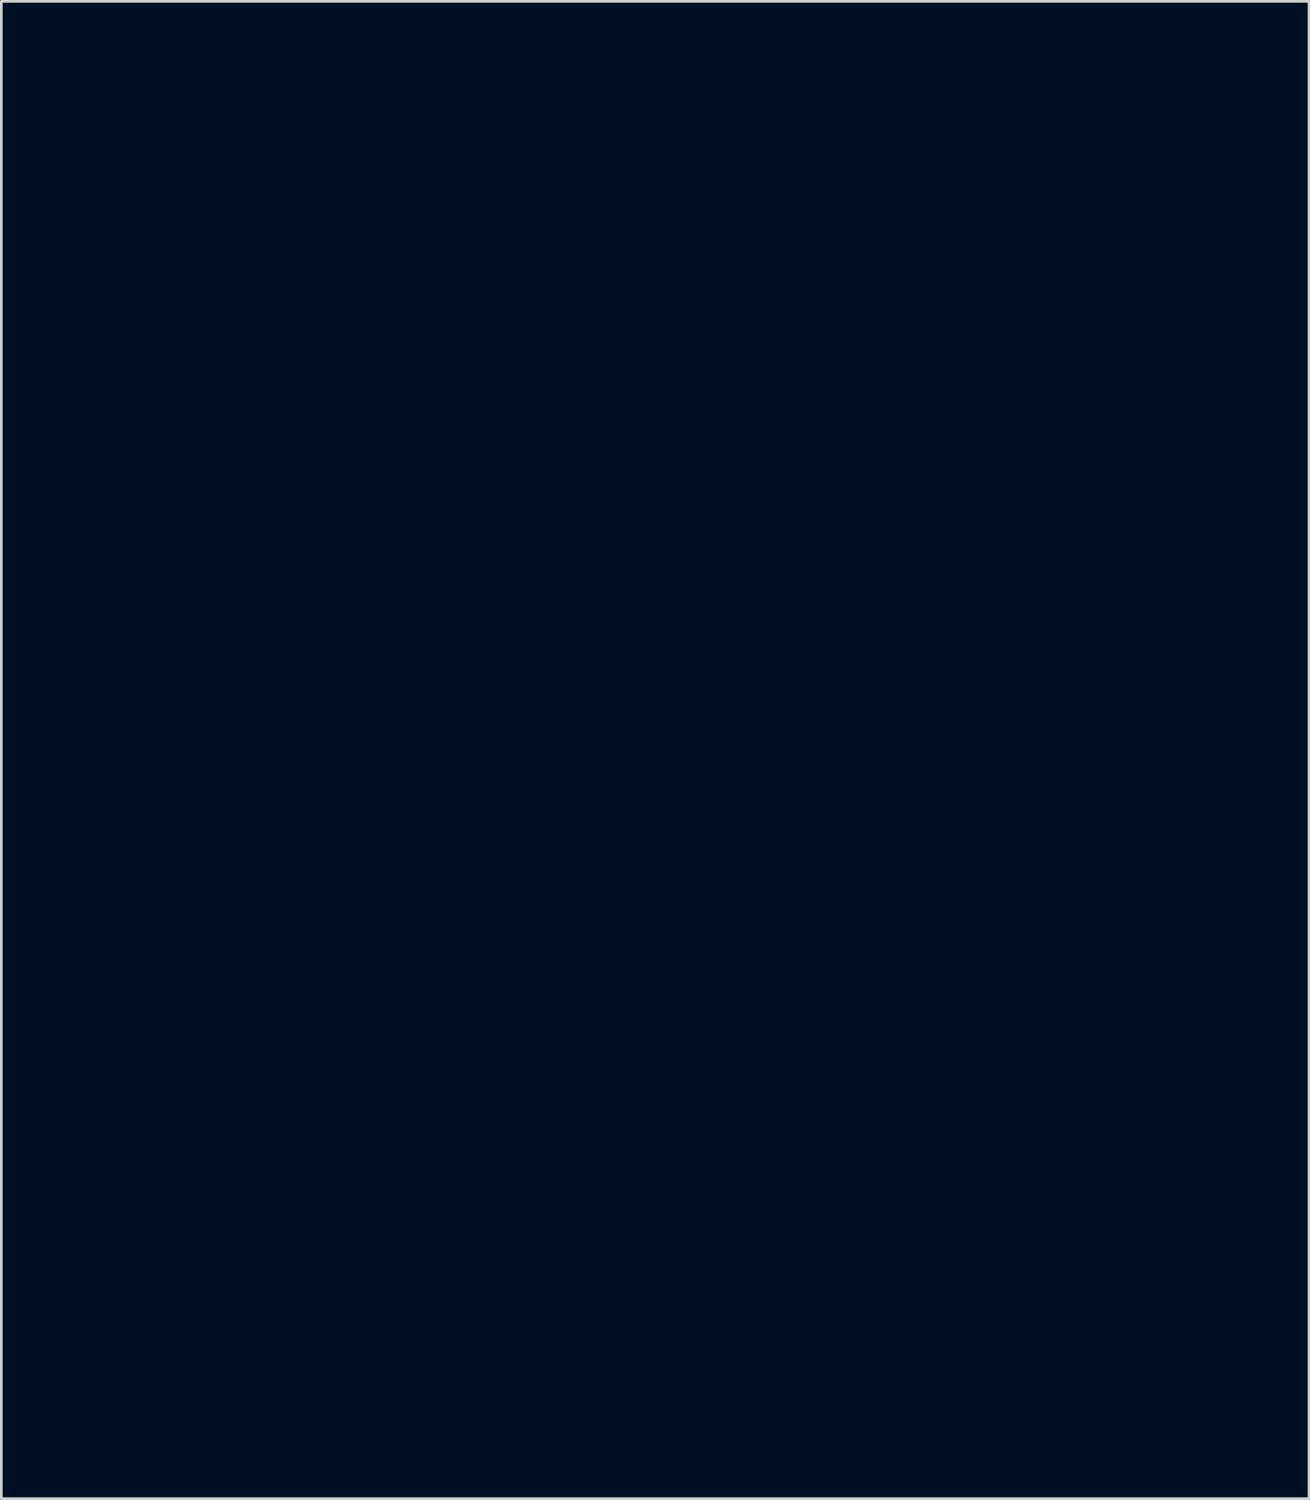
<source format=kicad_pcb>
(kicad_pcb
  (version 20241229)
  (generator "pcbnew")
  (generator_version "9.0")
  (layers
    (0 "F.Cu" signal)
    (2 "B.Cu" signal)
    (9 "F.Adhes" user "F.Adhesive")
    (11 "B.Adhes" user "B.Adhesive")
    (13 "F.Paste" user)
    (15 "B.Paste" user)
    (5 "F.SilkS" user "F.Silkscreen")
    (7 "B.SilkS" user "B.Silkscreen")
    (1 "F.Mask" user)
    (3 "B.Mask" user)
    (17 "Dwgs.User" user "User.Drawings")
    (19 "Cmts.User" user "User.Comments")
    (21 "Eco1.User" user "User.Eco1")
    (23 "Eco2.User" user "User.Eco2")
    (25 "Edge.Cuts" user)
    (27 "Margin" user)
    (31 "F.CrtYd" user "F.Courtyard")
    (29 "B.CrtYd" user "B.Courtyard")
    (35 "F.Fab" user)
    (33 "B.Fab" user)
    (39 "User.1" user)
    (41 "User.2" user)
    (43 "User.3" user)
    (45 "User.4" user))
  (footprint "HH24_Victorian_diamond_F.MASK"
    (layer "F.Cu")
    (at 22.028 3.674)
    (property "Reference" "HH24_Victorian_diamond_F.MASK" (at 0 0 0) (layer "F.Mask") (effects (font (size 1.5 1.5) (thickness 0.3))))
    (attr board_only exclude_from_pos_files exclude_from_bom)
    (fp_poly (pts (xy 4.026 20.227) (xy 4.117 20.277) (xy 4.184 20.361) (xy 4.225 20.479) (xy 4.224 20.559) (xy 4.195 20.647) (xy 4.145 20.728) (xy 4.093 20.779) (xy 4.006 20.82) (xy 3.906 20.837) (xy 3.811 20.827) (xy 3.779 20.816) (xy 3.688 20.753) (xy 3.625 20.666) (xy 3.594 20.563) (xy 3.599 20.454) (xy 3.619 20.393) (xy 3.68 20.297) (xy 3.763 20.237) (xy 3.871 20.211) (xy 3.909 20.21)) (stroke (width 0) (type solid)) (fill yes) (layer "F.Mask"))
    (fp_poly (pts (xy 12.243 20.214) (xy 12.332 20.252) (xy 12.35 20.265) (xy 12.427 20.354) (xy 12.47 20.453) (xy 12.477 20.555) (xy 12.451 20.653) (xy 12.391 20.738) (xy 12.307 20.798) (xy 12.216 20.835) (xy 12.137 20.842) (xy 12.053 20.818) (xy 12.02 20.803) (xy 11.934 20.739) (xy 11.875 20.652) (xy 11.846 20.552) (xy 11.85 20.449) (xy 11.884 20.363) (xy 11.953 20.285) (xy 12.043 20.232) (xy 12.143 20.208)) (stroke (width 0) (type solid)) (fill yes) (layer "F.Mask"))
    (fp_poly (pts (xy 21.377 20.228) (xy 21.467 20.28) (xy 21.531 20.362) (xy 21.562 20.468) (xy 21.565 20.517) (xy 21.548 20.634) (xy 21.497 20.726) (xy 21.412 20.793) (xy 21.39 20.804) (xy 21.293 20.837) (xy 21.208 20.839) (xy 21.13 20.816) (xy 21.044 20.758) (xy 20.978 20.674) (xy 20.94 20.576) (xy 20.935 20.475) (xy 20.94 20.45) (xy 20.986 20.345) (xy 21.062 20.268) (xy 21.164 20.222) (xy 21.263 20.21)) (stroke (width 0) (type solid)) (fill yes) (layer "F.Mask"))
    (fp_poly (pts (xy -12.518 20.228) (xy -12.428 20.28) (xy -12.364 20.362) (xy -12.332 20.468) (xy -12.329 20.517) (xy -12.346 20.634) (xy -12.398 20.726) (xy -12.483 20.793) (xy -12.504 20.804) (xy -12.602 20.837) (xy -12.687 20.839) (xy -12.765 20.816) (xy -12.843 20.763) (xy -12.909 20.687) (xy -12.951 20.601) (xy -12.955 20.582) (xy -12.958 20.466) (xy -12.925 20.366) (xy -12.859 20.286) (xy -12.766 20.233) (xy -12.65 20.21) (xy -12.632 20.21)) (stroke (width 0) (type solid)) (fill yes) (layer "F.Mask"))
    (fp_poly (pts (xy -4.174 20.226) (xy -4.083 20.276) (xy -4.016 20.361) (xy -4 20.393) (xy -3.97 20.502) (xy -3.981 20.606) (xy -4.034 20.707) (xy -4.04 20.715) (xy -4.122 20.793) (xy -4.221 20.833) (xy -4.34 20.837) (xy -4.38 20.83) (xy -4.442 20.802) (xy -4.506 20.745) (xy -4.561 20.674) (xy -4.594 20.601) (xy -4.595 20.6) (xy -4.606 20.486) (xy -4.581 20.384) (xy -4.523 20.3) (xy -4.437 20.241) (xy -4.328 20.212) (xy -4.29 20.21)) (stroke (width 0) (type solid)) (fill yes) (layer "F.Mask"))
    (fp_poly (pts (xy -21.635 20.214) (xy -21.58 20.228) (xy -21.533 20.258) (xy -21.524 20.265) (xy -21.446 20.354) (xy -21.404 20.454) (xy -21.397 20.556) (xy -21.425 20.654) (xy -21.486 20.739) (xy -21.566 20.797) (xy -21.658 20.835) (xy -21.739 20.841) (xy -21.826 20.815) (xy -21.853 20.803) (xy -21.939 20.739) (xy -21.998 20.652) (xy -22.028 20.552) (xy -22.025 20.449) (xy -22.001 20.381) (xy -21.963 20.327) (xy -21.911 20.272) (xy -21.904 20.265) (xy -21.856 20.232) (xy -21.804 20.215) (xy -21.73 20.21) (xy -21.714 20.21)) (stroke (width 0) (type solid)) (fill yes) (layer "F.Mask"))
    (fp_poly (pts (xy -20.167 23.82) (xy -20.167 23.978) (xy -20.166 24.098) (xy -20.163 24.187) (xy -20.157 24.248) (xy -20.146 24.286) (xy -20.129 24.308) (xy -20.106 24.317) (xy -20.074 24.32) (xy -20.048 24.32) (xy -20.013 24.326) (xy -20.007 24.338) (xy -20.031 24.346) (xy -20.086 24.351) (xy -20.16 24.354) (xy -20.244 24.355) (xy -20.327 24.354) (xy -20.398 24.351) (xy -20.447 24.345) (xy -20.464 24.338) (xy -20.446 24.324) (xy -20.4 24.31) (xy -20.393 24.308) (xy -20.321 24.295) (xy -20.311 23.899) (xy -20.308 23.774) (xy -20.306 23.664) (xy -20.306 23.576) (xy -20.307 23.517) (xy -20.31 23.493) (xy -20.31 23.493) (xy -20.327 23.501) (xy -20.357 23.533) (xy -20.358 23.536) (xy -20.409 23.604) (xy -20.441 23.643) (xy -20.46 23.66) (xy -20.473 23.66) (xy -20.487 23.648) (xy -20.487 23.648) (xy -20.49 23.619) (xy -20.467 23.571) (xy -20.426 23.512) (xy -20.374 23.452) (xy -20.318 23.399) (xy -20.266 23.361) (xy -20.226 23.346) (xy -20.167 23.345)) (stroke (width 0) (type solid)) (fill yes) (layer "F.Mask"))
    (fp_poly (pts (xy 8.109 39.42) (xy 8.114 39.443) (xy 8.117 39.467) (xy 8.133 39.485) (xy 8.166 39.497) (xy 8.222 39.504) (xy 8.308 39.508) (xy 8.428 39.509) (xy 8.465 39.509) (xy 8.583 39.51) (xy 8.665 39.512) (xy 8.716 39.518) (xy 8.742 39.526) (xy 8.749 39.538) (xy 8.737 39.567) (xy 8.706 39.621) (xy 8.66 39.691) (xy 8.63 39.734) (xy 8.55 39.848) (xy 8.494 39.939) (xy 8.455 40.016) (xy 8.43 40.09) (xy 8.414 40.169) (xy 8.409 40.202) (xy 8.396 40.31) (xy 8.39 40.383) (xy 8.393 40.428) (xy 8.407 40.454) (xy 8.434 40.467) (xy 8.473 40.475) (xy 8.523 40.487) (xy 8.548 40.5) (xy 8.548 40.504) (xy 8.524 40.511) (xy 8.47 40.516) (xy 8.396 40.518) (xy 8.312 40.519) (xy 8.229 40.518) (xy 8.158 40.515) (xy 8.109 40.51) (xy 8.092 40.503) (xy 8.111 40.49) (xy 8.156 40.476) (xy 8.164 40.475) (xy 8.203 40.465) (xy 8.226 40.448) (xy 8.238 40.412) (xy 8.247 40.347) (xy 8.248 40.334) (xy 8.269 40.231) (xy 8.312 40.109) (xy 8.379 39.962) (xy 8.472 39.788) (xy 8.473 39.787) (xy 8.508 39.714) (xy 8.531 39.646) (xy 8.537 39.609) (xy 8.537 39.545) (xy 8.378 39.558) (xy 8.258 39.573) (xy 8.174 39.597) (xy 8.12 39.632) (xy 8.089 39.682) (xy 8.079 39.722) (xy 8.063 39.787) (xy 8.04 39.822) (xy 8.016 39.821) (xy 8.015 39.82) (xy 8.013 39.795) (xy 8.016 39.739) (xy 8.023 39.66) (xy 8.03 39.606) (xy 8.045 39.503) (xy 8.059 39.438) (xy 8.075 39.407) (xy 8.084 39.403)) (stroke (width 0) (type solid)) (fill yes) (layer "F.Mask"))
    (fp_poly (pts (xy -12.475 33.914) (xy -12.469 33.915) (xy -12.363 33.955) (xy -12.293 34.014) (xy -12.26 34.089) (xy -12.265 34.173) (xy -12.311 34.262) (xy -12.346 34.303) (xy -12.402 34.362) (xy -12.325 34.425) (xy -12.25 34.508) (xy -12.214 34.6) (xy -12.219 34.697) (xy -12.224 34.711) (xy -12.279 34.821) (xy -12.364 34.899) (xy -12.462 34.943) (xy -12.541 34.965) (xy -12.598 34.972) (xy -12.65 34.966) (xy -12.694 34.954) (xy -12.752 34.931) (xy -12.816 34.897) (xy -12.825 34.892) (xy -12.898 34.847) (xy -12.931 34.894) (xy -12.961 34.928) (xy -12.975 34.922) (xy -12.975 34.878) (xy -12.959 34.794) (xy -12.948 34.75) (xy -12.924 34.667) (xy -12.9 34.608) (xy -12.88 34.576) (xy -12.865 34.576) (xy -12.859 34.612) (xy -12.859 34.615) (xy -12.841 34.689) (xy -12.794 34.767) (xy -12.729 34.838) (xy -12.656 34.888) (xy -12.611 34.903) (xy -12.53 34.904) (xy -12.456 34.879) (xy -12.403 34.834) (xy -12.391 34.812) (xy -12.379 34.76) (xy -12.373 34.688) (xy -12.372 34.655) (xy -12.376 34.582) (xy -12.395 34.532) (xy -12.432 34.488) (xy -12.493 34.444) (xy -12.561 34.415) (xy -12.57 34.413) (xy -12.628 34.395) (xy -12.645 34.373) (xy -12.624 34.352) (xy -12.564 34.336) (xy -12.55 34.334) (xy -12.475 34.321) (xy -12.431 34.296) (xy -12.409 34.249) (xy -12.398 34.184) (xy -12.395 34.119) (xy -12.408 34.076) (xy -12.443 34.032) (xy -12.452 34.023) (xy -12.522 33.974) (xy -12.596 33.956) (xy -12.665 33.968) (xy -12.717 34.009) (xy -12.742 34.064) (xy -12.754 34.111) (xy -12.77 34.125) (xy -12.805 34.113) (xy -12.826 34.103) (xy -12.869 34.079) (xy -12.875 34.055) (xy -12.846 34.02) (xy -12.832 34.007) (xy -12.726 33.938) (xy -12.604 33.906)) (stroke (width 0) (type solid)) (fill yes) (layer "F.Mask"))
    (fp_poly (pts (xy 12.537 33.738) (xy 12.63 33.766) (xy 12.705 33.822) (xy 12.764 33.904) (xy 12.78 33.99) (xy 12.755 34.082) (xy 12.708 34.155) (xy 12.645 34.234) (xy 12.71 34.29) (xy 12.785 34.371) (xy 12.825 34.455) (xy 12.827 34.532) (xy 12.794 34.608) (xy 12.736 34.684) (xy 12.666 34.742) (xy 12.65 34.751) (xy 12.569 34.778) (xy 12.467 34.792) (xy 12.361 34.792) (xy 12.293 34.782) (xy 12.205 34.744) (xy 12.135 34.679) (xy 12.09 34.599) (xy 12.078 34.512) (xy 12.081 34.495) (xy 12.213 34.495) (xy 12.217 34.573) (xy 12.258 34.644) (xy 12.33 34.698) (xy 12.337 34.702) (xy 12.443 34.737) (xy 12.528 34.736) (xy 12.595 34.699) (xy 12.604 34.69) (xy 12.646 34.618) (xy 12.663 34.531) (xy 12.667 34.468) (xy 12.659 34.426) (xy 12.632 34.386) (xy 12.589 34.34) (xy 12.532 34.289) (xy 12.485 34.263) (xy 12.431 34.255) (xy 12.417 34.255) (xy 12.331 34.269) (xy 12.287 34.297) (xy 12.263 34.325) (xy 12.246 34.361) (xy 12.23 34.416) (xy 12.213 34.495) (xy 12.081 34.495) (xy 12.083 34.48) (xy 12.102 34.436) (xy 12.137 34.373) (xy 12.167 34.326) (xy 12.239 34.221) (xy 12.178 34.153) (xy 12.129 34.072) (xy 12.116 33.99) (xy 12.122 33.969) (xy 12.268 33.969) (xy 12.28 34.06) (xy 12.311 34.116) (xy 12.378 34.178) (xy 12.453 34.208) (xy 12.525 34.205) (xy 12.582 34.171) (xy 12.62 34.11) (xy 12.641 34.028) (xy 12.642 33.946) (xy 12.638 33.926) (xy 12.605 33.87) (xy 12.542 33.824) (xy 12.462 33.795) (xy 12.408 33.789) (xy 12.352 33.794) (xy 12.32 33.816) (xy 12.296 33.862) (xy 12.268 33.969) (xy 12.122 33.969) (xy 12.137 33.911) (xy 12.187 33.841) (xy 12.26 33.785) (xy 12.354 33.747) (xy 12.464 33.733)) (stroke (width 0) (type solid)) (fill yes) (layer "F.Mask"))
    (fp_poly (pts (xy -16.274 28.693) (xy -16.175 28.727) (xy -16.106 28.791) (xy -16.067 28.886) (xy -16.058 28.979) (xy -16.061 29.044) (xy -16.076 29.093) (xy -16.109 29.141) (xy -16.144 29.181) (xy -16.21 29.24) (xy -16.295 29.301) (xy -16.369 29.344) (xy -16.463 29.397) (xy -16.524 29.447) (xy -16.56 29.504) (xy -16.58 29.578) (xy -16.58 29.582) (xy -16.593 29.658) (xy -16.489 29.646) (xy -16.353 29.627) (xy -16.245 29.608) (xy -16.17 29.59) (xy -16.133 29.573) (xy -16.133 29.573) (xy -16.115 29.539) (xy -16.095 29.483) (xy -16.09 29.462) (xy -16.065 29.394) (xy -16.03 29.365) (xy -16.028 29.365) (xy -16 29.366) (xy -16.003 29.393) (xy -16.004 29.396) (xy -16.015 29.434) (xy -16.03 29.502) (xy -16.046 29.588) (xy -16.054 29.632) (xy -16.073 29.725) (xy -16.09 29.791) (xy -16.105 29.826) (xy -16.116 29.826) (xy -16.121 29.79) (xy -16.121 29.776) (xy -16.129 29.744) (xy -16.156 29.722) (xy -16.206 29.709) (xy -16.285 29.703) (xy -16.396 29.703) (xy -16.536 29.71) (xy -16.65 29.716) (xy -16.726 29.718) (xy -16.772 29.712) (xy -16.794 29.696) (xy -16.796 29.667) (xy -16.786 29.622) (xy -16.778 29.592) (xy -16.741 29.511) (xy -16.675 29.438) (xy -16.574 29.368) (xy -16.501 29.329) (xy -16.376 29.26) (xy -16.288 29.195) (xy -16.232 29.129) (xy -16.205 29.073) (xy -16.189 28.97) (xy -16.21 28.88) (xy -16.264 28.809) (xy -16.347 28.764) (xy -16.401 28.753) (xy -16.48 28.757) (xy -16.535 28.79) (xy -16.569 28.858) (xy -16.582 28.928) (xy -16.598 29.001) (xy -16.628 29.047) (xy -16.644 29.059) (xy -16.69 29.078) (xy -16.722 29.063) (xy -16.743 29.009) (xy -16.747 28.99) (xy -16.746 28.927) (xy -16.714 28.859) (xy -16.711 28.854) (xy -16.632 28.769) (xy -16.528 28.715) (xy -16.4 28.69)) (stroke (width 0) (type solid)) (fill yes) (layer "F.Mask"))
    (fp_poly (pts (xy -7.927 40.029) (xy -7.926 40.046) (xy -7.964 40.069) (xy -7.986 40.078) (xy -8.05 40.1) (xy -8.05 40.44) (xy -8.05 40.78) (xy -7.977 40.78) (xy -7.919 40.786) (xy -7.894 40.799) (xy -7.905 40.815) (xy -7.955 40.826) (xy -7.96 40.826) (xy -8.012 40.834) (xy -8.037 40.854) (xy -8.046 40.899) (xy -8.046 40.905) (xy -8.041 40.969) (xy -8.008 41.003) (xy -7.948 41.013) (xy -7.915 41.019) (xy -7.911 41.032) (xy -7.935 41.04) (xy -7.989 41.045) (xy -8.061 41.048) (xy -8.139 41.047) (xy -8.213 41.045) (xy -8.271 41.04) (xy -8.302 41.032) (xy -8.304 41.029) (xy -8.286 41.013) (xy -8.242 40.999) (xy -8.24 40.999) (xy -8.197 40.986) (xy -8.181 40.961) (xy -8.181 40.91) (xy -8.181 40.909) (xy -8.188 40.833) (xy -8.421 40.831) (xy -8.654 40.83) (xy -8.649 40.748) (xy -8.646 40.726) (xy -8.474 40.726) (xy -8.472 40.754) (xy -8.459 40.77) (xy -8.427 40.778) (xy -8.366 40.78) (xy -8.326 40.78) (xy -8.179 40.78) (xy -8.181 40.504) (xy -8.184 40.402) (xy -8.187 40.317) (xy -8.193 40.257) (xy -8.199 40.23) (xy -8.2 40.229) (xy -8.22 40.246) (xy -8.254 40.29) (xy -8.298 40.353) (xy -8.346 40.426) (xy -8.39 40.498) (xy -8.426 40.562) (xy -8.442 40.597) (xy -8.463 40.662) (xy -8.474 40.72) (xy -8.474 40.726) (xy -8.646 40.726) (xy -8.642 40.701) (xy -8.625 40.653) (xy -8.595 40.598) (xy -8.547 40.529) (xy -8.478 40.443) (xy -8.384 40.331) (xy -8.371 40.316) (xy -8.306 40.239) (xy -8.255 40.172) (xy -8.221 40.124) (xy -8.211 40.099) (xy -8.211 40.099) (xy -8.239 40.084) (xy -8.262 40.081) (xy -8.302 40.071) (xy -8.315 40.06) (xy -8.305 40.046) (xy -8.26 40.039) (xy -8.237 40.038) (xy -8.158 40.035) (xy -8.068 40.028) (xy -8.034 40.025) (xy -7.964 40.021)) (stroke (width 0) (type solid)) (fill yes) (layer "F.Mask"))
    (fp_poly (pts (xy 3.847 46.026) (xy 3.844 46.062) (xy 3.835 46.107) (xy 3.821 46.179) (xy 3.807 46.264) (xy 3.804 46.279) (xy 3.791 46.36) (xy 3.781 46.404) (xy 3.774 46.414) (xy 3.767 46.396) (xy 3.761 46.367) (xy 3.725 46.286) (xy 3.657 46.212) (xy 3.568 46.157) (xy 3.522 46.141) (xy 3.445 46.123) (xy 3.394 46.122) (xy 3.357 46.141) (xy 3.337 46.16) (xy 3.319 46.191) (xy 3.295 46.246) (xy 3.271 46.312) (xy 3.249 46.38) (xy 3.233 46.437) (xy 3.227 46.472) (xy 3.229 46.478) (xy 3.251 46.471) (xy 3.297 46.453) (xy 3.312 46.447) (xy 3.423 46.419) (xy 3.538 46.423) (xy 3.647 46.454) (xy 3.739 46.511) (xy 3.791 46.572) (xy 3.827 46.668) (xy 3.83 46.774) (xy 3.802 46.878) (xy 3.747 46.968) (xy 3.681 47.025) (xy 3.581 47.065) (xy 3.465 47.082) (xy 3.352 47.072) (xy 3.315 47.062) (xy 3.226 47.014) (xy 3.159 46.94) (xy 3.111 46.833) (xy 3.102 46.805) (xy 3.093 46.75) (xy 3.259 46.75) (xy 3.271 46.858) (xy 3.312 46.938) (xy 3.385 46.993) (xy 3.396 46.998) (xy 3.49 47.026) (xy 3.564 47.018) (xy 3.62 46.975) (xy 3.656 46.903) (xy 3.678 46.81) (xy 3.682 46.713) (xy 3.676 46.671) (xy 3.651 46.613) (xy 3.609 46.553) (xy 3.598 46.542) (xy 3.542 46.497) (xy 3.481 46.48) (xy 3.444 46.478) (xy 3.367 46.489) (xy 3.314 46.523) (xy 3.28 46.585) (xy 3.263 46.681) (xy 3.259 46.75) (xy 3.093 46.75) (xy 3.079 46.667) (xy 3.085 46.524) (xy 3.117 46.386) (xy 3.173 46.261) (xy 3.249 46.158) (xy 3.341 46.084) (xy 3.356 46.077) (xy 3.424 46.05) (xy 3.486 46.035) (xy 3.503 46.034) (xy 3.575 46.047) (xy 3.657 46.083) (xy 3.73 46.132) (xy 3.734 46.135) (xy 3.762 46.155) (xy 3.77 46.142) (xy 3.771 46.123) (xy 3.78 46.057) (xy 3.807 46.018) (xy 3.826 46.012)) (stroke (width 0) (type solid)) (fill yes) (layer "F.Mask"))
    (fp_poly (pts (xy 16.419 28.399) (xy 16.506 28.424) (xy 16.542 28.444) (xy 16.617 28.524) (xy 16.667 28.634) (xy 16.691 28.77) (xy 16.693 28.82) (xy 16.688 28.946) (xy 16.669 29.048) (xy 16.632 29.143) (xy 16.582 29.233) (xy 16.51 29.325) (xy 16.424 29.391) (xy 16.333 29.429) (xy 16.244 29.433) (xy 16.209 29.423) (xy 16.155 29.396) (xy 16.101 29.362) (xy 16.051 29.335) (xy 16.024 29.342) (xy 16.015 29.385) (xy 16.015 29.386) (xy 15.999 29.419) (xy 15.978 29.425) (xy 15.959 29.422) (xy 15.951 29.409) (xy 15.951 29.376) (xy 15.961 29.316) (xy 15.972 29.257) (xy 15.989 29.181) (xy 16.005 29.126) (xy 16.018 29.1) (xy 16.02 29.1) (xy 16.034 29.127) (xy 16.037 29.147) (xy 16.056 29.196) (xy 16.107 29.248) (xy 16.181 29.295) (xy 16.269 29.331) (xy 16.306 29.341) (xy 16.38 29.342) (xy 16.441 29.307) (xy 16.49 29.234) (xy 16.53 29.123) (xy 16.542 29.069) (xy 16.551 29.016) (xy 16.551 28.987) (xy 16.548 28.985) (xy 16.45 29.032) (xy 16.368 29.055) (xy 16.286 29.056) (xy 16.261 29.054) (xy 16.139 29.029) (xy 16.052 28.99) (xy 15.993 28.932) (xy 15.956 28.848) (xy 15.941 28.788) (xy 15.943 28.701) (xy 16.103 28.701) (xy 16.108 28.793) (xy 16.128 28.872) (xy 16.155 28.917) (xy 16.206 28.949) (xy 16.278 28.973) (xy 16.352 28.984) (xy 16.412 28.98) (xy 16.423 28.976) (xy 16.461 28.945) (xy 16.497 28.902) (xy 16.524 28.83) (xy 16.534 28.726) (xy 16.534 28.723) (xy 16.532 28.649) (xy 16.52 28.601) (xy 16.493 28.56) (xy 16.466 28.531) (xy 16.418 28.489) (xy 16.371 28.469) (xy 16.306 28.462) (xy 16.286 28.462) (xy 16.22 28.463) (xy 16.181 28.474) (xy 16.156 28.5) (xy 16.136 28.535) (xy 16.112 28.611) (xy 16.103 28.701) (xy 15.943 28.701) (xy 15.943 28.691) (xy 15.978 28.593) (xy 16.04 28.505) (xy 16.12 28.436) (xy 16.212 28.397) (xy 16.217 28.396) (xy 16.317 28.388)) (stroke (width 0) (type solid)) (fill yes) (layer "F.Mask"))
    (fp_poly (pts (xy -3.628 45.96) (xy -3.63 45.996) (xy -3.638 46.047) (xy -3.643 46.117) (xy -3.643 46.145) (xy -3.649 46.207) (xy -3.66 46.24) (xy -3.675 46.242) (xy -3.687 46.207) (xy -3.69 46.188) (xy -3.705 46.146) (xy -3.742 46.12) (xy -3.807 46.105) (xy -3.9 46.099) (xy -3.96 46.1) (xy -3.991 46.11) (xy -4.005 46.14) (xy -4.011 46.177) (xy -4.021 46.248) (xy -4.025 46.313) (xy -4.025 46.317) (xy -4.022 46.357) (xy -4.004 46.369) (xy -3.959 46.361) (xy -3.956 46.36) (xy -3.86 46.346) (xy -3.761 46.346) (xy -3.676 46.362) (xy -3.633 46.381) (xy -3.582 46.429) (xy -3.552 46.497) (xy -3.54 46.591) (xy -3.542 46.674) (xy -3.549 46.756) (xy -3.562 46.81) (xy -3.587 46.852) (xy -3.611 46.88) (xy -3.68 46.938) (xy -3.767 46.99) (xy -3.856 47.03) (xy -3.933 47.049) (xy -3.95 47.05) (xy -4.016 47.039) (xy -4.067 47.019) (xy -4.125 46.992) (xy -4.161 46.997) (xy -4.185 47.035) (xy -4.191 47.05) (xy -4.214 47.094) (xy -4.237 47.114) (xy -4.238 47.114) (xy -4.253 47.099) (xy -4.251 47.084) (xy -4.244 47.049) (xy -4.236 46.985) (xy -4.227 46.902) (xy -4.225 46.872) (xy -4.215 46.776) (xy -4.203 46.718) (xy -4.188 46.692) (xy -4.181 46.69) (xy -4.159 46.71) (xy -4.152 46.762) (xy -4.141 46.819) (xy -4.105 46.863) (xy -4.038 46.9) (xy -3.967 46.924) (xy -3.867 46.939) (xy -3.788 46.918) (xy -3.731 46.861) (xy -3.697 46.769) (xy -3.686 46.652) (xy -3.689 46.574) (xy -3.699 46.523) (xy -3.721 46.485) (xy -3.741 46.464) (xy -3.785 46.428) (xy -3.83 46.418) (xy -3.878 46.423) (xy -3.959 46.436) (xy -4.04 46.448) (xy -4.043 46.449) (xy -4.096 46.455) (xy -4.122 46.445) (xy -4.135 46.41) (xy -4.138 46.393) (xy -4.146 46.336) (xy -4.151 46.255) (xy -4.152 46.179) (xy -4.152 46.034) (xy -3.985 46.034) (xy -3.852 46.03) (xy -3.759 46.02) (xy -3.704 46.003) (xy -3.686 45.978) (xy -3.669 45.953) (xy -3.652 45.949)) (stroke (width 0) (type solid)) (fill yes) (layer "F.Mask"))
    (fp_poly (pts (xy -8.039 18.192) (xy -8.016 18.495) (xy -7.994 18.788) (xy -7.972 19.068) (xy -7.953 19.332) (xy -7.934 19.576) (xy -7.918 19.798) (xy -7.904 19.994) (xy -7.892 20.163) (xy -7.882 20.301) (xy -7.875 20.405) (xy -7.871 20.471) (xy -7.87 20.496) (xy -7.872 20.531) (xy -7.876 20.606) (xy -7.884 20.717) (xy -7.894 20.862) (xy -7.907 21.036) (xy -7.921 21.239) (xy -7.938 21.466) (xy -7.957 21.714) (xy -7.977 21.981) (xy -7.998 22.264) (xy -8.021 22.559) (xy -8.039 22.8) (xy -8.209 24.997) (xy -8.36 24.997) (xy -8.511 24.997) (xy -8.523 24.907) (xy -8.526 24.874) (xy -8.533 24.801) (xy -8.542 24.693) (xy -8.553 24.55) (xy -8.567 24.377) (xy -8.583 24.177) (xy -8.6 23.952) (xy -8.619 23.706) (xy -8.64 23.441) (xy -8.662 23.161) (xy -8.684 22.868) (xy -8.7 22.661) (xy -8.828 20.982) (xy -8.516 20.982) (xy -8.515 21.016) (xy -8.51 21.087) (xy -8.503 21.189) (xy -8.494 21.316) (xy -8.483 21.464) (xy -8.47 21.625) (xy -8.457 21.796) (xy -8.444 21.97) (xy -8.43 22.142) (xy -8.417 22.306) (xy -8.405 22.456) (xy -8.395 22.588) (xy -8.386 22.695) (xy -8.379 22.772) (xy -8.375 22.813) (xy -8.374 22.816) (xy -8.369 22.825) (xy -8.362 22.798) (xy -8.353 22.733) (xy -8.342 22.629) (xy -8.328 22.486) (xy -8.313 22.303) (xy -8.294 22.079) (xy -8.292 22.042) (xy -8.277 21.85) (xy -8.263 21.668) (xy -8.25 21.5) (xy -8.239 21.352) (xy -8.231 21.229) (xy -8.225 21.136) (xy -8.222 21.078) (xy -8.221 21.067) (xy -8.22 20.96) (xy -8.368 20.96) (xy -8.448 20.963) (xy -8.5 20.971) (xy -8.516 20.982) (xy -8.828 20.982) (xy -8.865 20.504) (xy -8.829 20.03) (xy -8.516 20.03) (xy -8.497 20.041) (xy -8.444 20.048) (xy -8.368 20.051) (xy -8.368 20.051) (xy -8.22 20.051) (xy -8.221 19.945) (xy -8.223 19.901) (xy -8.228 19.82) (xy -8.235 19.707) (xy -8.245 19.567) (xy -8.257 19.406) (xy -8.271 19.227) (xy -8.285 19.037) (xy -8.291 18.96) (xy -8.31 18.725) (xy -8.327 18.532) (xy -8.341 18.381) (xy -8.353 18.27) (xy -8.362 18.199) (xy -8.369 18.168) (xy -8.374 18.176) (xy -8.374 18.176) (xy -8.378 18.212) (xy -8.385 18.284) (xy -8.393 18.387) (xy -8.403 18.515) (xy -8.415 18.663) (xy -8.428 18.825) (xy -8.441 18.997) (xy -8.455 19.171) (xy -8.468 19.344) (xy -8.48 19.508) (xy -8.491 19.66) (xy -8.501 19.793) (xy -8.509 19.902) (xy -8.514 19.981) (xy -8.516 20.025) (xy -8.516 20.03) (xy -8.829 20.03) (xy -8.699 18.329) (xy -8.676 18.027) (xy -8.654 17.737) (xy -8.633 17.46) (xy -8.613 17.2) (xy -8.594 16.96) (xy -8.577 16.742) (xy -8.562 16.55) (xy -8.548 16.386) (xy -8.538 16.253) (xy -8.53 16.155) (xy -8.524 16.093) (xy -8.522 16.074) (xy -8.511 15.994) (xy -8.36 15.994) (xy -8.209 15.994)) (stroke (width 0) (type solid)) (fill yes) (layer "F.Mask"))
    (fp_poly (pts (xy 7.887 15.999) (xy 8.039 16.005) (xy 8.204 18.134) (xy 8.228 18.436) (xy 8.25 18.729) (xy 8.271 19.012) (xy 8.291 19.28) (xy 8.309 19.529) (xy 8.325 19.758) (xy 8.339 19.963) (xy 8.351 20.14) (xy 8.36 20.286) (xy 8.366 20.398) (xy 8.369 20.473) (xy 8.37 20.496) (xy 8.368 20.55) (xy 8.363 20.643) (xy 8.356 20.771) (xy 8.345 20.933) (xy 8.333 21.123) (xy 8.318 21.34) (xy 8.3 21.579) (xy 8.282 21.838) (xy 8.261 22.113) (xy 8.24 22.401) (xy 8.217 22.699) (xy 8.204 22.858) (xy 8.039 24.987) (xy 7.887 24.993) (xy 7.735 24.999) (xy 7.723 24.908) (xy 7.719 24.865) (xy 7.711 24.784) (xy 7.702 24.668) (xy 7.689 24.521) (xy 7.675 24.346) (xy 7.66 24.148) (xy 7.642 23.929) (xy 7.624 23.693) (xy 7.605 23.444) (xy 7.585 23.185) (xy 7.564 22.919) (xy 7.544 22.651) (xy 7.524 22.383) (xy 7.504 22.12) (xy 7.485 21.864) (xy 7.466 21.62) (xy 7.45 21.39) (xy 7.434 21.179) (xy 7.42 20.99) (xy 7.419 20.972) (xy 7.732 20.972) (xy 7.733 21.002) (xy 7.737 21.068) (xy 7.743 21.165) (xy 7.752 21.288) (xy 7.762 21.431) (xy 7.774 21.589) (xy 7.787 21.758) (xy 7.8 21.93) (xy 7.813 22.102) (xy 7.827 22.268) (xy 7.839 22.422) (xy 7.85 22.56) (xy 7.86 22.675) (xy 7.868 22.763) (xy 7.873 22.819) (xy 7.875 22.837) (xy 7.879 22.822) (xy 7.886 22.771) (xy 7.895 22.687) (xy 7.905 22.577) (xy 7.918 22.444) (xy 7.931 22.296) (xy 7.945 22.136) (xy 7.959 21.969) (xy 7.973 21.802) (xy 7.986 21.638) (xy 7.999 21.484) (xy 8.009 21.344) (xy 8.018 21.223) (xy 8.024 21.127) (xy 8.027 21.061) (xy 8.028 21.046) (xy 8.029 20.96) (xy 7.881 20.96) (xy 7.807 20.962) (xy 7.754 20.965) (xy 7.732 20.971) (xy 7.732 20.972) (xy 7.419 20.972) (xy 7.409 20.825) (xy 7.399 20.69) (xy 7.393 20.588) (xy 7.389 20.521) (xy 7.388 20.496) (xy 7.389 20.459) (xy 7.394 20.383) (xy 7.402 20.272) (xy 7.412 20.13) (xy 7.419 20.03) (xy 7.732 20.03) (xy 7.752 20.041) (xy 7.804 20.048) (xy 7.88 20.051) (xy 7.881 20.051) (xy 8.029 20.051) (xy 8.028 19.956) (xy 8.025 19.9) (xy 8.02 19.813) (xy 8.013 19.7) (xy 8.003 19.565) (xy 7.991 19.415) (xy 7.978 19.254) (xy 7.965 19.087) (xy 7.95 18.919) (xy 7.936 18.755) (xy 7.923 18.602) (xy 7.91 18.463) (xy 7.899 18.343) (xy 7.889 18.249) (xy 7.882 18.185) (xy 7.877 18.156) (xy 7.876 18.155) (xy 7.872 18.18) (xy 7.866 18.242) (xy 7.858 18.336) (xy 7.848 18.456) (xy 7.837 18.597) (xy 7.824 18.754) (xy 7.811 18.922) (xy 7.798 19.095) (xy 7.785 19.268) (xy 7.772 19.435) (xy 7.761 19.592) (xy 7.751 19.733) (xy 7.742 19.853) (xy 7.736 19.946) (xy 7.733 20.008) (xy 7.732 20.03) (xy 7.419 20.03) (xy 7.424 19.959) (xy 7.438 19.764) (xy 7.454 19.548) (xy 7.471 19.314) (xy 7.49 19.067) (xy 7.509 18.809) (xy 7.529 18.544) (xy 7.55 18.276) (xy 7.57 18.007) (xy 7.59 17.743) (xy 7.61 17.486) (xy 7.629 17.239) (xy 7.647 17.007) (xy 7.664 16.793) (xy 7.68 16.6) (xy 7.693 16.432) (xy 7.704 16.293) (xy 7.714 16.185) (xy 7.72 16.113) (xy 7.723 16.083) (xy 7.735 15.992)) (stroke (width 0) (type solid)) (fill yes) (layer "F.Mask"))
    (fp_poly (pts (xy -17.384 15.995) (xy -17.337 15.999) (xy -17.315 16.01) (xy -17.308 16.03) (xy -17.308 16.044) (xy -17.306 16.073) (xy -17.301 16.141) (xy -17.294 16.245) (xy -17.284 16.38) (xy -17.272 16.543) (xy -17.258 16.731) (xy -17.243 16.94) (xy -17.226 17.167) (xy -17.208 17.409) (xy -17.189 17.661) (xy -17.169 17.92) (xy -17.149 18.183) (xy -17.129 18.446) (xy -17.109 18.706) (xy -17.09 18.96) (xy -17.071 19.203) (xy -17.053 19.433) (xy -17.037 19.645) (xy -17.022 19.836) (xy -17.009 20.004) (xy -16.998 20.143) (xy -16.989 20.252) (xy -16.983 20.326) (xy -16.98 20.361) (xy -16.98 20.361) (xy -16.98 20.396) (xy -16.983 20.469) (xy -16.989 20.579) (xy -16.997 20.723) (xy -17.009 20.897) (xy -17.022 21.099) (xy -17.038 21.325) (xy -17.056 21.573) (xy -17.075 21.84) (xy -17.096 22.123) (xy -17.118 22.419) (xy -17.138 22.679) (xy -17.161 22.982) (xy -17.183 23.274) (xy -17.204 23.552) (xy -17.224 23.813) (xy -17.242 24.054) (xy -17.259 24.273) (xy -17.273 24.466) (xy -17.285 24.63) (xy -17.295 24.764) (xy -17.302 24.863) (xy -17.306 24.925) (xy -17.308 24.947) (xy -17.31 24.973) (xy -17.323 24.988) (xy -17.356 24.995) (xy -17.418 24.997) (xy -17.464 24.997) (xy -17.62 24.997) (xy -17.633 24.876) (xy -17.636 24.838) (xy -17.642 24.761) (xy -17.651 24.647) (xy -17.663 24.501) (xy -17.677 24.324) (xy -17.693 24.12) (xy -17.71 23.893) (xy -17.73 23.644) (xy -17.75 23.378) (xy -17.772 23.096) (xy -17.794 22.803) (xy -17.808 22.625) (xy -17.935 20.961) (xy -17.628 20.961) (xy -17.616 21.089) (xy -17.611 21.141) (xy -17.604 21.229) (xy -17.595 21.347) (xy -17.584 21.489) (xy -17.572 21.649) (xy -17.559 21.82) (xy -17.551 21.926) (xy -17.533 22.17) (xy -17.517 22.375) (xy -17.504 22.541) (xy -17.493 22.672) (xy -17.484 22.769) (xy -17.476 22.834) (xy -17.47 22.87) (xy -17.466 22.878) (xy -17.463 22.868) (xy -17.46 22.839) (xy -17.455 22.771) (xy -17.447 22.671) (xy -17.437 22.543) (xy -17.425 22.391) (xy -17.412 22.221) (xy -17.399 22.036) (xy -17.393 21.958) (xy -17.379 21.768) (xy -17.365 21.589) (xy -17.353 21.426) (xy -17.342 21.284) (xy -17.333 21.168) (xy -17.326 21.082) (xy -17.321 21.032) (xy -17.32 21.024) (xy -17.311 20.958) (xy -17.47 20.96) (xy -17.628 20.961) (xy -17.935 20.961) (xy -17.971 20.497) (xy -17.936 20.048) (xy -17.625 20.048) (xy -17.606 20.049) (xy -17.555 20.049) (xy -17.482 20.048) (xy -17.472 20.047) (xy -17.393 20.045) (xy -17.347 20.039) (xy -17.326 20.028) (xy -17.321 20.008) (xy -17.322 19.994) (xy -17.324 19.963) (xy -17.329 19.895) (xy -17.337 19.793) (xy -17.347 19.663) (xy -17.358 19.508) (xy -17.371 19.335) (xy -17.385 19.147) (xy -17.395 19.019) (xy -17.409 18.826) (xy -17.423 18.647) (xy -17.436 18.486) (xy -17.447 18.347) (xy -17.457 18.235) (xy -17.464 18.154) (xy -17.469 18.108) (xy -17.471 18.099) (xy -17.473 18.12) (xy -17.478 18.178) (xy -17.486 18.269) (xy -17.496 18.386) (xy -17.507 18.525) (xy -17.52 18.681) (xy -17.533 18.849) (xy -17.547 19.023) (xy -17.561 19.198) (xy -17.574 19.37) (xy -17.587 19.534) (xy -17.599 19.683) (xy -17.609 19.814) (xy -17.617 19.921) (xy -17.622 19.998) (xy -17.625 20.042) (xy -17.625 20.048) (xy -17.936 20.048) (xy -17.807 18.357) (xy -17.784 18.057) (xy -17.762 17.768) (xy -17.741 17.492) (xy -17.721 17.232) (xy -17.702 16.992) (xy -17.685 16.774) (xy -17.67 16.581) (xy -17.657 16.417) (xy -17.646 16.284) (xy -17.638 16.185) (xy -17.633 16.123) (xy -17.632 16.105) (xy -17.62 15.994) (xy -17.464 15.994)) (stroke (width 0) (type solid)) (fill yes) (layer "F.Mask"))
    (fp_poly (pts (xy -0.055 16.083) (xy -0.051 16.12) (xy -0.045 16.194) (xy -0.036 16.304) (xy -0.024 16.445) (xy -0.011 16.614) (xy 0.004 16.807) (xy 0.021 17.021) (xy 0.039 17.253) (xy 0.058 17.499) (xy 0.077 17.755) (xy 0.097 18.019) (xy 0.118 18.286) (xy 0.138 18.553) (xy 0.158 18.817) (xy 0.177 19.074) (xy 0.196 19.32) (xy 0.213 19.553) (xy 0.229 19.769) (xy 0.243 19.963) (xy 0.256 20.134) (xy 0.266 20.277) (xy 0.274 20.388) (xy 0.279 20.465) (xy 0.281 20.504) (xy 0.281 20.506) (xy 0.279 20.538) (xy 0.275 20.609) (xy 0.267 20.715) (xy 0.257 20.852) (xy 0.245 21.018) (xy 0.231 21.209) (xy 0.215 21.421) (xy 0.198 21.65) (xy 0.18 21.894) (xy 0.161 22.149) (xy 0.141 22.412) (xy 0.121 22.678) (xy 0.1 22.945) (xy 0.08 23.208) (xy 0.06 23.465) (xy 0.041 23.712) (xy 0.023 23.945) (xy 0.006 24.161) (xy -0.009 24.357) (xy -0.023 24.529) (xy -0.034 24.673) (xy -0.044 24.786) (xy -0.05 24.865) (xy -0.054 24.905) (xy -0.054 24.907) (xy -0.066 24.997) (xy -0.214 24.997) (xy -0.305 24.994) (xy -0.357 24.983) (xy -0.369 24.971) (xy -0.374 24.94) (xy -0.381 24.87) (xy -0.39 24.765) (xy -0.402 24.628) (xy -0.416 24.462) (xy -0.431 24.272) (xy -0.448 24.059) (xy -0.466 23.828) (xy -0.485 23.583) (xy -0.504 23.326) (xy -0.524 23.061) (xy -0.544 22.791) (xy -0.564 22.521) (xy -0.584 22.253) (xy -0.603 21.99) (xy -0.621 21.737) (xy -0.638 21.496) (xy -0.653 21.272) (xy -0.667 21.066) (xy -0.672 21.003) (xy -0.361 21.003) (xy -0.359 21.039) (xy -0.355 21.109) (xy -0.349 21.21) (xy -0.34 21.335) (xy -0.329 21.479) (xy -0.318 21.638) (xy -0.305 21.806) (xy -0.292 21.978) (xy -0.279 22.15) (xy -0.266 22.315) (xy -0.254 22.469) (xy -0.242 22.606) (xy -0.233 22.723) (xy -0.225 22.812) (xy -0.219 22.87) (xy -0.216 22.891) (xy -0.216 22.891) (xy -0.213 22.869) (xy -0.207 22.809) (xy -0.199 22.715) (xy -0.188 22.592) (xy -0.176 22.444) (xy -0.162 22.276) (xy -0.147 22.091) (xy -0.136 21.954) (xy -0.121 21.759) (xy -0.107 21.577) (xy -0.094 21.411) (xy -0.084 21.267) (xy -0.075 21.148) (xy -0.068 21.06) (xy -0.065 21.007) (xy -0.064 20.993) (xy -0.072 20.975) (xy -0.101 20.965) (xy -0.16 20.961) (xy -0.212 20.96) (xy -0.29 20.961) (xy -0.334 20.966) (xy -0.355 20.978) (xy -0.361 20.999) (xy -0.361 21.003) (xy -0.672 21.003) (xy -0.679 20.884) (xy -0.689 20.728) (xy -0.697 20.602) (xy -0.702 20.509) (xy -0.704 20.453) (xy -0.704 20.443) (xy -0.702 20.39) (xy -0.696 20.299) (xy -0.688 20.171) (xy -0.677 20.012) (xy -0.676 20.006) (xy -0.361 20.006) (xy -0.361 20.009) (xy -0.356 20.031) (xy -0.338 20.044) (xy -0.296 20.049) (xy -0.223 20.051) (xy -0.212 20.051) (xy -0.134 20.05) (xy -0.089 20.045) (xy -0.069 20.033) (xy -0.064 20.012) (xy -0.064 20.009) (xy -0.066 19.973) (xy -0.07 19.901) (xy -0.077 19.8) (xy -0.087 19.674) (xy -0.098 19.529) (xy -0.11 19.368) (xy -0.124 19.199) (xy -0.137 19.025) (xy -0.151 18.852) (xy -0.165 18.685) (xy -0.178 18.53) (xy -0.189 18.39) (xy -0.199 18.273) (xy -0.208 18.182) (xy -0.213 18.123) (xy -0.216 18.101) (xy -0.216 18.101) (xy -0.219 18.12) (xy -0.224 18.176) (xy -0.232 18.264) (xy -0.242 18.379) (xy -0.253 18.516) (xy -0.265 18.67) (xy -0.278 18.835) (xy -0.291 19.007) (xy -0.304 19.181) (xy -0.317 19.35) (xy -0.328 19.511) (xy -0.339 19.658) (xy -0.348 19.786) (xy -0.355 19.89) (xy -0.359 19.965) (xy -0.361 20.006) (xy -0.676 20.006) (xy -0.663 19.822) (xy -0.648 19.607) (xy -0.63 19.369) (xy -0.611 19.112) (xy -0.59 18.838) (xy -0.568 18.551) (xy -0.546 18.255) (xy -0.535 18.113) (xy -0.37 16.005) (xy -0.218 15.999) (xy -0.066 15.992)) (stroke (width 0) (type solid)) (fill yes) (layer "F.Mask"))
    (fp_poly (pts (xy 16.723 16.083) (xy 16.727 16.12) (xy 16.733 16.194) (xy 16.742 16.304) (xy 16.754 16.445) (xy 16.767 16.614) (xy 16.782 16.807) (xy 16.799 17.021) (xy 16.817 17.253) (xy 16.836 17.499) (xy 16.855 17.755) (xy 16.875 18.019) (xy 16.896 18.286) (xy 16.916 18.553) (xy 16.936 18.817) (xy 16.955 19.074) (xy 16.974 19.32) (xy 16.991 19.553) (xy 17.007 19.769) (xy 17.021 19.963) (xy 17.034 20.134) (xy 17.044 20.277) (xy 17.052 20.388) (xy 17.057 20.465) (xy 17.059 20.504) (xy 17.059 20.506) (xy 17.057 20.538) (xy 17.053 20.609) (xy 17.045 20.715) (xy 17.035 20.852) (xy 17.023 21.018) (xy 17.009 21.209) (xy 16.993 21.421) (xy 16.976 21.65) (xy 16.958 21.894) (xy 16.939 22.149) (xy 16.919 22.412) (xy 16.899 22.678) (xy 16.878 22.945) (xy 16.858 23.208) (xy 16.838 23.465) (xy 16.819 23.712) (xy 16.801 23.945) (xy 16.784 24.161) (xy 16.769 24.357) (xy 16.755 24.529) (xy 16.744 24.673) (xy 16.734 24.786) (xy 16.728 24.865) (xy 16.724 24.905) (xy 16.724 24.907) (xy 16.712 24.997) (xy 16.564 24.997) (xy 16.473 24.994) (xy 16.421 24.983) (xy 16.409 24.971) (xy 16.404 24.94) (xy 16.397 24.87) (xy 16.388 24.765) (xy 16.376 24.628) (xy 16.362 24.463) (xy 16.347 24.272) (xy 16.33 24.059) (xy 16.312 23.829) (xy 16.293 23.583) (xy 16.274 23.326) (xy 16.254 23.061) (xy 16.234 22.792) (xy 16.214 22.521) (xy 16.194 22.253) (xy 16.175 21.991) (xy 16.157 21.737) (xy 16.14 21.497) (xy 16.125 21.272) (xy 16.111 21.067) (xy 16.106 21.003) (xy 16.417 21.003) (xy 16.419 21.039) (xy 16.423 21.109) (xy 16.429 21.21) (xy 16.438 21.335) (xy 16.449 21.479) (xy 16.46 21.638) (xy 16.473 21.806) (xy 16.486 21.978) (xy 16.499 22.15) (xy 16.512 22.315) (xy 16.524 22.469) (xy 16.536 22.606) (xy 16.545 22.723) (xy 16.553 22.812) (xy 16.559 22.87) (xy 16.562 22.891) (xy 16.562 22.891) (xy 16.565 22.869) (xy 16.571 22.809) (xy 16.579 22.715) (xy 16.59 22.592) (xy 16.602 22.444) (xy 16.616 22.276) (xy 16.631 22.091) (xy 16.642 21.954) (xy 16.657 21.759) (xy 16.671 21.577) (xy 16.683 21.411) (xy 16.694 21.267) (xy 16.703 21.148) (xy 16.71 21.06) (xy 16.713 21.007) (xy 16.714 20.993) (xy 16.706 20.975) (xy 16.677 20.965) (xy 16.618 20.961) (xy 16.566 20.96) (xy 16.488 20.961) (xy 16.444 20.966) (xy 16.423 20.978) (xy 16.417 20.999) (xy 16.417 21.003) (xy 16.106 21.003) (xy 16.098 20.885) (xy 16.088 20.729) (xy 16.081 20.602) (xy 16.076 20.509) (xy 16.074 20.453) (xy 16.074 20.443) (xy 16.076 20.39) (xy 16.082 20.299) (xy 16.09 20.171) (xy 16.101 20.012) (xy 16.101 20.006) (xy 16.417 20.006) (xy 16.417 20.009) (xy 16.422 20.031) (xy 16.44 20.044) (xy 16.482 20.049) (xy 16.555 20.051) (xy 16.566 20.051) (xy 16.644 20.05) (xy 16.689 20.045) (xy 16.709 20.033) (xy 16.714 20.012) (xy 16.714 20.009) (xy 16.712 19.973) (xy 16.708 19.901) (xy 16.701 19.8) (xy 16.691 19.674) (xy 16.68 19.529) (xy 16.668 19.368) (xy 16.654 19.199) (xy 16.641 19.025) (xy 16.627 18.852) (xy 16.613 18.685) (xy 16.6 18.53) (xy 16.589 18.39) (xy 16.579 18.273) (xy 16.57 18.182) (xy 16.565 18.123) (xy 16.562 18.101) (xy 16.562 18.101) (xy 16.559 18.12) (xy 16.554 18.176) (xy 16.546 18.264) (xy 16.536 18.379) (xy 16.525 18.516) (xy 16.513 18.67) (xy 16.5 18.835) (xy 16.487 19.007) (xy 16.474 19.181) (xy 16.461 19.35) (xy 16.45 19.511) (xy 16.439 19.658) (xy 16.43 19.786) (xy 16.423 19.89) (xy 16.419 19.965) (xy 16.417 20.006) (xy 16.101 20.006) (xy 16.115 19.822) (xy 16.13 19.607) (xy 16.148 19.369) (xy 16.167 19.112) (xy 16.188 18.838) (xy 16.209 18.551) (xy 16.232 18.255) (xy 16.243 18.113) (xy 16.408 16.005) (xy 16.56 15.999) (xy 16.712 15.992)) (stroke (width 0) (type solid)) (fill yes) (layer "F.Mask"))
    (fp_poly (pts (xy 0.018 -3.667) (xy 0.278 -3.624) (xy 0.528 -3.546) (xy 0.764 -3.436) (xy 0.983 -3.296) (xy 1.182 -3.127) (xy 1.357 -2.932) (xy 1.505 -2.712) (xy 1.623 -2.47) (xy 1.706 -2.207) (xy 1.728 -2.108) (xy 1.747 -1.958) (xy 1.754 -1.787) (xy 1.75 -1.609) (xy 1.735 -1.439) (xy 1.71 -1.292) (xy 1.705 -1.271) (xy 1.649 -1.103) (xy 1.568 -0.922) (xy 1.468 -0.742) (xy 1.357 -0.573) (xy 1.241 -0.426) (xy 1.158 -0.341) (xy 1.12 -0.302) (xy 1.102 -0.274) (xy 1.102 -0.271) (xy 1.114 -0.252) (xy 1.15 -0.201) (xy 1.207 -0.121) (xy 1.283 -0.016) (xy 1.377 0.113) (xy 1.486 0.263) (xy 1.609 0.43) (xy 1.744 0.613) (xy 1.889 0.809) (xy 2.041 1.015) (xy 2.057 1.036) (xy 3.012 2.326) (xy 3.146 2.265) (xy 3.31 2.198) (xy 3.468 2.152) (xy 3.635 2.122) (xy 3.826 2.105) (xy 3.871 2.103) (xy 4.161 2.108) (xy 4.429 2.149) (xy 4.679 2.226) (xy 4.913 2.341) (xy 5.135 2.496) (xy 5.283 2.626) (xy 5.473 2.836) (xy 5.631 3.073) (xy 5.755 3.329) (xy 5.828 3.548) (xy 5.858 3.706) (xy 5.874 3.889) (xy 5.876 4.083) (xy 5.864 4.271) (xy 5.838 4.441) (xy 5.83 4.474) (xy 5.741 4.747) (xy 5.614 5.003) (xy 5.448 5.241) (xy 5.401 5.297) (xy 5.299 5.415) (xy 6.232 6.674) (xy 6.383 6.878) (xy 6.527 7.072) (xy 6.661 7.253) (xy 6.784 7.419) (xy 6.893 7.567) (xy 6.988 7.694) (xy 7.065 7.797) (xy 7.122 7.875) (xy 7.159 7.924) (xy 7.172 7.941) (xy 7.194 7.938) (xy 7.246 7.923) (xy 7.319 7.899) (xy 7.355 7.886) (xy 7.506 7.836) (xy 7.647 7.803) (xy 7.792 7.784) (xy 7.953 7.777) (xy 8.126 7.779) (xy 8.253 7.785) (xy 8.35 7.792) (xy 8.43 7.803) (xy 8.506 7.821) (xy 8.591 7.847) (xy 8.63 7.86) (xy 8.897 7.971) (xy 9.14 8.116) (xy 9.356 8.294) (xy 9.545 8.502) (xy 9.702 8.739) (xy 9.774 8.877) (xy 9.837 9.021) (xy 9.884 9.148) (xy 9.915 9.27) (xy 9.934 9.399) (xy 9.943 9.548) (xy 9.945 9.692) (xy 9.943 9.843) (xy 9.937 9.962) (xy 9.926 10.059) (xy 9.91 10.142) (xy 9.906 10.158) (xy 9.856 10.313) (xy 9.784 10.482) (xy 9.698 10.651) (xy 9.605 10.802) (xy 9.564 10.861) (xy 9.447 11.016) (xy 10.329 12.207) (xy 10.476 12.406) (xy 10.615 12.594) (xy 10.745 12.769) (xy 10.863 12.928) (xy 10.967 13.069) (xy 11.056 13.189) (xy 11.127 13.285) (xy 11.179 13.354) (xy 11.208 13.394) (xy 11.215 13.403) (xy 11.234 13.397) (xy 11.282 13.377) (xy 11.348 13.346) (xy 11.355 13.343) (xy 11.585 13.255) (xy 11.835 13.199) (xy 12.096 13.175) (xy 12.36 13.183) (xy 12.619 13.224) (xy 12.851 13.293) (xy 13.098 13.408) (xy 13.326 13.558) (xy 13.53 13.739) (xy 13.707 13.946) (xy 13.854 14.176) (xy 13.968 14.425) (xy 14.046 14.688) (xy 14.068 14.812) (xy 14.081 14.957) (xy 14.083 15.124) (xy 14.074 15.295) (xy 14.056 15.456) (xy 14.033 15.57) (xy 13.995 15.691) (xy 13.937 15.832) (xy 13.868 15.979) (xy 13.793 16.117) (xy 13.719 16.234) (xy 13.698 16.263) (xy 13.514 16.471) (xy 13.304 16.649) (xy 13.071 16.794) (xy 12.819 16.905) (xy 12.554 16.98) (xy 12.28 17.017) (xy 12.001 17.014) (xy 11.953 17.01) (xy 11.677 16.959) (xy 11.415 16.87) (xy 11.171 16.746) (xy 10.947 16.589) (xy 10.748 16.403) (xy 10.576 16.189) (xy 10.434 15.951) (xy 10.326 15.691) (xy 10.293 15.581) (xy 10.268 15.455) (xy 10.251 15.301) (xy 10.243 15.133) (xy 10.245 14.964) (xy 10.255 14.807) (xy 10.275 14.675) (xy 10.281 14.653) (xy 10.371 14.378) (xy 10.5 14.121) (xy 10.665 13.883) (xy 10.828 13.703) (xy 10.997 13.538) (xy 10.127 12.364) (xy 9.257 11.19) (xy 9.114 11.286) (xy 8.867 11.429) (xy 8.606 11.531) (xy 8.332 11.593) (xy 8.045 11.615) (xy 7.824 11.605) (xy 7.615 11.572) (xy 7.402 11.513) (xy 7.2 11.434) (xy 7.103 11.385) (xy 6.972 11.312) (xy 6.583 11.826) (xy 6.355 12.128) (xy 6.151 12.397) (xy 5.971 12.635) (xy 5.813 12.843) (xy 5.678 13.023) (xy 5.563 13.176) (xy 5.468 13.303) (xy 5.391 13.405) (xy 5.332 13.484) (xy 5.29 13.541) (xy 5.264 13.577) (xy 5.254 13.592) (xy 5.241 13.62) (xy 5.247 13.647) (xy 5.275 13.684) (xy 5.312 13.722) (xy 5.496 13.935) (xy 5.646 14.169) (xy 5.76 14.419) (xy 5.837 14.682) (xy 5.877 14.952) (xy 5.879 15.225) (xy 5.841 15.498) (xy 5.764 15.766) (xy 5.739 15.83) (xy 5.614 16.079) (xy 5.454 16.307) (xy 5.264 16.509) (xy 5.046 16.683) (xy 4.806 16.825) (xy 4.547 16.932) (xy 4.509 16.944) (xy 4.283 16.995) (xy 4.038 17.018) (xy 3.787 17.012) (xy 3.542 16.979) (xy 3.452 16.958) (xy 3.198 16.871) (xy 2.96 16.747) (xy 2.741 16.59) (xy 2.545 16.404) (xy 2.376 16.192) (xy 2.236 15.959) (xy 2.129 15.708) (xy 2.067 15.481) (xy 2.046 15.33) (xy 2.036 15.154) (xy 2.038 14.974) (xy 2.051 14.804) (xy 2.067 14.706) (xy 2.141 14.447) (xy 2.252 14.196) (xy 2.394 13.964) (xy 2.556 13.768) (xy 2.674 13.645) (xy 2.317 13.182) (xy 2.22 13.057) (xy 2.104 12.906) (xy 1.973 12.736) (xy 1.832 12.554) (xy 1.688 12.367) (xy 1.545 12.182) (xy 1.411 12.008) (xy 0.862 11.297) (xy 0.738 11.369) (xy 0.501 11.484) (xy 0.248 11.563) (xy -0.017 11.606) (xy -0.287 11.614) (xy -0.557 11.586) (xy -0.819 11.522) (xy -1.068 11.421) (xy -1.12 11.395) (xy -1.197 11.354) (xy -1.246 11.333) (xy -1.275 11.327) (xy -1.293 11.336) (xy -1.304 11.349) (xy -1.321 11.372) (xy -1.361 11.426) (xy -1.423 11.508) (xy -1.503 11.615) (xy -1.601 11.744) (xy -1.713 11.893) (xy -1.837 12.057) (xy -1.972 12.236) (xy -2.114 12.425) (xy -2.178 12.509) (xy -3.025 13.632) (xy -2.894 13.77) (xy -2.824 13.846) (xy -2.758 13.924) (xy -2.706 13.99) (xy -2.697 14.003) (xy -2.557 14.246) (xy -2.454 14.503) (xy -2.389 14.77) (xy -2.363 15.043) (xy -2.374 15.316) (xy -2.425 15.586) (xy -2.516 15.846) (xy -2.544 15.908) (xy -2.686 16.162) (xy -2.857 16.384) (xy -3.057 16.576) (xy -3.288 16.739) (xy -3.476 16.84) (xy -3.735 16.94) (xy -4.004 17.001) (xy -4.278 17.022) (xy -4.554 17.003) (xy -4.826 16.944) (xy -5.089 16.846) (xy -5.102 16.84) (xy -5.301 16.734) (xy -5.478 16.609) (xy -5.647 16.456) (xy -5.7 16.401) (xy -5.878 16.184) (xy -6.017 15.955) (xy -6.117 15.711) (xy -6.18 15.449) (xy -6.206 15.166) (xy -6.207 15.094) (xy -6.189 14.805) (xy -6.134 14.535) (xy -6.041 14.284) (xy -5.909 14.049) (xy -5.738 13.828) (xy -5.701 13.788) (xy -5.554 13.63) (xy -6.401 12.508) (xy -6.546 12.316) (xy -6.685 12.132) (xy -6.814 11.961) (xy -6.932 11.805) (xy -7.036 11.668) (xy -7.124 11.551) (xy -7.194 11.458) (xy -7.244 11.391) (xy -7.271 11.355) (xy -7.276 11.349) (xy -7.292 11.332) (xy -7.312 11.327) (xy -7.347 11.338) (xy -7.403 11.365) (xy -7.459 11.395) (xy -7.705 11.503) (xy -7.967 11.575) (xy -8.239 11.611) (xy -8.512 11.611) (xy -8.781 11.574) (xy -9.038 11.499) (xy -9.066 11.488) (xy -9.275 11.392) (xy -9.468 11.274) (xy -9.492 11.257) (xy -9.589 11.188) (xy -10.477 12.387) (xy -10.624 12.586) (xy -10.764 12.775) (xy -10.895 12.952) (xy -11.014 13.113) (xy -11.119 13.257) (xy -11.209 13.379) (xy -11.282 13.478) (xy -11.334 13.55) (xy -11.365 13.593) (xy -11.373 13.604) (xy -11.362 13.627) (xy -11.328 13.672) (xy -11.277 13.731) (xy -11.247 13.765) (xy -11.062 13.991) (xy -10.917 14.232) (xy -10.812 14.488) (xy -10.746 14.759) (xy -10.72 15.045) (xy -10.719 15.094) (xy -10.738 15.38) (xy -10.795 15.648) (xy -10.892 15.903) (xy -11.028 16.146) (xy -11.038 16.162) (xy -11.212 16.385) (xy -11.413 16.578) (xy -11.638 16.738) (xy -11.883 16.865) (xy -12.143 16.955) (xy -12.414 17.009) (xy -12.694 17.022) (xy -12.88 17.009) (xy -13.148 16.957) (xy -13.403 16.866) (xy -13.643 16.74) (xy -13.863 16.582) (xy -14.06 16.397) (xy -14.229 16.186) (xy -14.369 15.953) (xy -14.473 15.702) (xy -14.514 15.56) (xy -14.545 15.387) (xy -14.561 15.193) (xy -14.562 14.994) (xy -14.548 14.806) (xy -14.524 14.672) (xy -14.44 14.4) (xy -14.32 14.147) (xy -14.166 13.916) (xy -13.981 13.71) (xy -13.768 13.531) (xy -13.531 13.384) (xy -13.272 13.271) (xy -13.162 13.235) (xy -13.094 13.217) (xy -13.03 13.204) (xy -12.961 13.196) (xy -12.876 13.191) (xy -12.767 13.188) (xy -12.626 13.188) (xy -12.491 13.188) (xy -12.39 13.19) (xy -12.312 13.194) (xy -12.25 13.201) (xy -12.193 13.213) (xy -12.133 13.231) (xy -12.06 13.256) (xy -12.054 13.258) (xy -11.949 13.297) (xy -11.843 13.341) (xy -11.752 13.383) (xy -11.724 13.398) (xy -11.596 13.468) (xy -10.718 12.283) (xy -10.571 12.084) (xy -10.431 11.894) (xy -10.299 11.716) (xy -10.179 11.553) (xy -10.072 11.408) (xy -9.98 11.283) (xy -9.906 11.182) (xy -9.852 11.108) (xy -9.819 11.062) (xy -9.811 11.05) (xy -9.798 11.023) (xy -9.799 10.997) (xy -9.818 10.962) (xy -9.857 10.909) (xy -9.891 10.867) (xy -9.996 10.716) (xy -10.093 10.538) (xy -10.175 10.35) (xy -10.233 10.166) (xy -10.235 10.158) (xy -10.259 10.05) (xy -10.273 9.943) (xy -10.28 9.821) (xy -10.282 9.692) (xy -10.273 9.461) (xy -10.242 9.256) (xy -10.188 9.063) (xy -10.106 8.869) (xy -10.094 8.844) (xy -9.953 8.605) (xy -9.78 8.389) (xy -9.578 8.2) (xy -9.411 8.082) (xy -7.289 8.082) (xy -7.219 8.134) (xy -7.061 8.269) (xy -6.907 8.435) (xy -6.767 8.618) (xy -6.651 8.807) (xy -6.589 8.934) (xy -6.539 9.06) (xy -6.502 9.171) (xy -6.477 9.278) (xy -6.462 9.393) (xy -6.454 9.527) (xy -6.452 9.692) (xy -6.453 9.841) (xy -6.458 9.956) (xy -6.466 10.047) (xy -6.479 10.123) (xy -6.49 10.168) (xy -6.584 10.434) (xy -6.712 10.684) (xy -6.869 10.91) (xy -6.972 11.027) (xy -7.097 11.158) (xy -6.224 12.316) (xy -6.077 12.51) (xy -5.938 12.694) (xy -5.808 12.865) (xy -5.689 13.02) (xy -5.585 13.157) (xy -5.496 13.272) (xy -5.425 13.363) (xy -5.374 13.428) (xy -5.345 13.462) (xy -5.339 13.468) (xy -5.317 13.457) (xy -5.264 13.431) (xy -5.191 13.395) (xy -5.127 13.363) (xy -4.998 13.302) (xy -4.886 13.257) (xy -4.78 13.225) (xy -4.67 13.205) (xy -4.545 13.193) (xy -4.395 13.188) (xy -4.3 13.188) (xy -4.122 13.19) (xy -3.975 13.199) (xy -3.848 13.216) (xy -3.732 13.245) (xy -3.614 13.287) (xy -3.485 13.345) (xy -3.438 13.368) (xy -3.34 13.415) (xy -3.272 13.442) (xy -3.23 13.452) (xy -3.208 13.446) (xy -3.207 13.445) (xy -3.191 13.424) (xy -3.151 13.373) (xy -3.09 13.293) (xy -3.01 13.187) (xy -2.913 13.06) (xy -2.802 12.912) (xy -2.678 12.748) (xy -2.544 12.57) (xy -2.402 12.382) (xy -2.333 12.29) (xy -1.483 11.16) (xy -1.626 11.005) (xy -1.8 10.786) (xy -1.94 10.548) (xy -2.043 10.295) (xy -2.11 10.033) (xy -2.14 9.764) (xy -2.132 9.494) (xy -2.085 9.227) (xy -1.998 8.968) (xy -1.964 8.889) (xy -1.89 8.742) (xy -1.819 8.621) (xy -1.741 8.512) (xy -1.647 8.401) (xy -1.597 8.347) (xy -1.538 8.283) (xy -1.492 8.23) (xy -1.476 8.21) (xy 1.038 8.21) (xy 1.169 8.347) (xy 1.349 8.566) (xy 1.498 8.809) (xy 1.612 9.068) (xy 1.667 9.251) (xy 1.686 9.363) (xy 1.698 9.503) (xy 1.703 9.659) (xy 1.701 9.818) (xy 1.692 9.967) (xy 1.675 10.092) (xy 1.667 10.133) (xy 1.578 10.405) (xy 1.451 10.661) (xy 1.284 10.904) (xy 1.204 11) (xy 1.139 11.077) (xy 1.102 11.134) (xy 1.093 11.167) (xy 1.093 11.169) (xy 1.108 11.19) (xy 1.147 11.24) (xy 1.206 11.318) (xy 1.283 11.418) (xy 1.375 11.538) (xy 1.48 11.675) (xy 1.595 11.825) (xy 1.717 11.984) (xy 1.844 12.149) (xy 1.973 12.317) (xy 2.102 12.485) (xy 2.228 12.648) (xy 2.348 12.803) (xy 2.459 12.947) (xy 2.559 13.077) (xy 2.646 13.189) (xy 2.716 13.28) (xy 2.768 13.346) (xy 2.781 13.362) (xy 2.885 13.495) (xy 2.941 13.455) (xy 2.993 13.422) (xy 3.063 13.383) (xy 3.104 13.362) (xy 3.175 13.33) (xy 3.269 13.292) (xy 3.368 13.256) (xy 3.389 13.249) (xy 3.458 13.227) (xy 3.517 13.211) (xy 3.576 13.201) (xy 3.643 13.194) (xy 3.729 13.19) (xy 3.842 13.189) (xy 3.94 13.188) (xy 4.114 13.191) (xy 4.262 13.2) (xy 4.393 13.218) (xy 4.517 13.249) (xy 4.644 13.294) (xy 4.784 13.356) (xy 4.947 13.439) (xy 5.003 13.468) (xy 5.018 13.453) (xy 5.056 13.406) (xy 5.115 13.332) (xy 5.194 13.231) (xy 5.289 13.108) (xy 5.4 12.964) (xy 5.523 12.802) (xy 5.657 12.626) (xy 5.799 12.438) (xy 5.889 12.319) (xy 6.761 11.162) (xy 6.639 11.031) (xy 6.46 10.809) (xy 6.313 10.564) (xy 6.201 10.303) (xy 6.15 10.133) (xy 6.13 10.021) (xy 6.118 9.88) (xy 6.113 9.723) (xy 6.115 9.564) (xy 6.124 9.415) (xy 6.141 9.29) (xy 6.15 9.251) (xy 6.24 8.977) (xy 6.368 8.72) (xy 6.531 8.483) (xy 6.729 8.269) (xy 6.861 8.154) (xy 6.954 8.08) (xy 6.027 6.828) (xy 5.099 5.576) (xy 4.981 5.652) (xy 4.739 5.782) (xy 4.483 5.874) (xy 4.216 5.928) (xy 3.944 5.945) (xy 3.67 5.923) (xy 3.401 5.862) (xy 3.139 5.763) (xy 3.085 5.737) (xy 3.009 5.701) (xy 2.947 5.677) (xy 2.909 5.669) (xy 2.902 5.671) (xy 2.887 5.69) (xy 2.85 5.74) (xy 2.793 5.817) (xy 2.718 5.919) (xy 2.627 6.042) (xy 2.524 6.182) (xy 2.41 6.336) (xy 2.289 6.501) (xy 2.162 6.674) (xy 2.032 6.851) (xy 1.901 7.029) (xy 1.772 7.204) (xy 1.648 7.374) (xy 1.53 7.534) (xy 1.422 7.682) (xy 1.325 7.814) (xy 1.242 7.927) (xy 1.176 8.018) (xy 1.129 8.082) (xy 1.106 8.114) (xy 1.038 8.21) (xy -1.476 8.21) (xy -1.466 8.197) (xy -1.462 8.189) (xy -1.474 8.17) (xy -1.509 8.119) (xy -1.564 8.039) (xy -1.639 7.933) (xy -1.731 7.804) (xy -1.838 7.654) (xy -1.957 7.486) (xy -2.088 7.302) (xy -2.229 7.107) (xy -2.366 6.916) (xy -3.27 5.657) (xy -3.378 5.719) (xy -3.506 5.781) (xy -3.661 5.839) (xy -3.83 5.887) (xy -3.997 5.922) (xy -4.066 5.933) (xy -4.336 5.945) (xy -4.607 5.919) (xy -4.871 5.856) (xy -5.121 5.758) (xy -5.3 5.659) (xy -5.432 5.575) (xy -5.521 5.695) (xy -5.549 5.733) (xy -5.599 5.801) (xy -5.671 5.897) (xy -5.76 6.018) (xy -5.865 6.16) (xy -5.984 6.319) (xy -6.113 6.494) (xy -6.251 6.68) (xy -6.395 6.875) (xy -6.449 6.948) (xy -7.289 8.082) (xy -9.411 8.082) (xy -9.353 8.041) (xy -9.108 7.915) (xy -8.848 7.827) (xy -8.804 7.816) (xy -8.714 7.797) (xy -8.635 7.785) (xy -8.553 7.778) (xy -8.458 7.776) (xy -8.336 7.778) (xy -8.288 7.779) (xy -8.162 7.784) (xy -8.066 7.79) (xy -7.988 7.799) (xy -7.917 7.814) (xy -7.839 7.836) (xy -7.745 7.867) (xy -7.652 7.897) (xy -7.574 7.918) (xy -7.519 7.929) (xy -7.497 7.929) (xy -7.482 7.91) (xy -7.444 7.859) (xy -7.385 7.78) (xy -7.306 7.674) (xy -7.211 7.546) (xy -7.1 7.397) (xy -6.976 7.23) (xy -6.842 7.048) (xy -6.698 6.854) (xy -6.558 6.665) (xy -5.634 5.418) (xy -5.688 5.352) (xy -5.802 5.208) (xy -5.892 5.083) (xy -5.964 4.964) (xy -6.027 4.843) (xy -6.028 4.841) (xy -6.086 4.715) (xy -6.128 4.607) (xy -6.159 4.506) (xy -6.178 4.402) (xy -6.19 4.284) (xy -6.195 4.142) (xy -6.195 4.004) (xy -6.195 3.867) (xy -6.192 3.763) (xy -6.188 3.684) (xy -6.18 3.619) (xy -6.168 3.561) (xy -6.15 3.5) (xy -6.135 3.453) (xy -6.026 3.183) (xy -5.884 2.938) (xy -5.714 2.72) (xy -5.516 2.531) (xy -5.426 2.467) (xy -3.13 2.467) (xy -2.972 2.614) (xy -2.782 2.819) (xy -2.627 3.044) (xy -2.507 3.284) (xy -2.423 3.536) (xy -2.374 3.796) (xy -2.362 4.059) (xy -2.385 4.321) (xy -2.444 4.579) (xy -2.539 4.829) (xy -2.67 5.067) (xy -2.838 5.288) (xy -2.917 5.373) (xy -2.99 5.452) (xy -3.029 5.507) (xy -3.036 5.538) (xy -3.035 5.539) (xy -3.017 5.566) (xy -2.977 5.624) (xy -2.917 5.708) (xy -2.841 5.816) (xy -2.75 5.944) (xy -2.646 6.089) (xy -2.533 6.247) (xy -2.412 6.415) (xy -2.285 6.591) (xy -2.156 6.77) (xy -2.027 6.949) (xy -1.9 7.126) (xy -1.776 7.296) (xy -1.66 7.457) (xy -1.552 7.605) (xy -1.456 7.737) (xy -1.374 7.85) (xy -1.308 7.94) (xy -1.26 8.004) (xy -1.234 8.038) (xy -1.229 8.044) (xy -1.206 8.032) (xy -1.157 8.007) (xy -1.107 7.981) (xy -1.035 7.947) (xy -0.939 7.907) (xy -0.837 7.869) (xy -0.799 7.856) (xy -0.712 7.828) (xy -0.636 7.808) (xy -0.559 7.795) (xy -0.468 7.786) (xy -0.352 7.781) (xy -0.309 7.779) (xy -0.096 7.778) (xy 0.089 7.791) (xy 0.258 7.821) (xy 0.421 7.87) (xy 0.591 7.941) (xy 0.671 7.98) (xy 0.748 8.018) (xy 0.796 8.038) (xy 0.825 8.043) (xy 0.843 8.034) (xy 0.857 8.017) (xy 0.874 7.994) (xy 0.914 7.939) (xy 0.975 7.855) (xy 1.055 7.746) (xy 1.152 7.614) (xy 1.264 7.462) (xy 1.389 7.293) (xy 1.524 7.109) (xy 1.668 6.913) (xy 1.797 6.737) (xy 2.708 5.499) (xy 2.545 5.327) (xy 2.366 5.108) (xy 2.225 4.871) (xy 2.123 4.618) (xy 2.059 4.347) (xy 2.034 4.058) (xy 2.034 4.012) (xy 2.053 3.724) (xy 2.112 3.453) (xy 2.21 3.198) (xy 2.347 2.958) (xy 2.524 2.732) (xy 2.608 2.644) (xy 2.793 2.461) (xy 1.837 1.171) (xy 0.881 -0.12) (xy 0.707 -0.031) (xy 0.559 0.039) (xy 0.422 0.091) (xy 0.286 0.126) (xy 0.138 0.147) (xy -0.033 0.157) (xy -0.159 0.159) (xy -0.337 0.156) (xy -0.485 0.146) (xy -0.612 0.127) (xy -0.731 0.097) (xy -0.852 0.052) (xy -0.987 -0.01) (xy -1.008 -0.02) (xy -1.213 -0.121) (xy -1.568 0.358) (xy -1.658 0.479) (xy -1.768 0.628) (xy -1.894 0.798) (xy -2.031 0.983) (xy -2.174 1.176) (xy -2.319 1.371) (xy -2.459 1.561) (xy -2.526 1.652) (xy -3.13 2.467) (xy -5.426 2.467) (xy -5.296 2.374) (xy -5.054 2.25) (xy -4.795 2.161) (xy -4.52 2.11) (xy -4.295 2.097) (xy -4.01 2.114) (xy -3.748 2.166) (xy -3.507 2.252) (xy -3.448 2.28) (xy -3.348 2.33) (xy -3.14 2.05) (xy -3.089 1.98) (xy -3.015 1.881) (xy -2.922 1.756) (xy -2.813 1.609) (xy -2.692 1.444) (xy -2.56 1.266) (xy -2.421 1.079) (xy -2.279 0.887) (xy -2.176 0.749) (xy -1.42 -0.272) (xy -1.547 -0.403) (xy -1.732 -0.626) (xy -1.882 -0.871) (xy -1.996 -1.137) (xy -2.037 -1.275) (xy -2.064 -1.409) (xy -2.08 -1.569) (xy -2.087 -1.743) (xy -2.083 -1.916) (xy -2.069 -2.074) (xy -2.048 -2.189) (xy -1.96 -2.461) (xy -1.836 -2.713) (xy -1.679 -2.943) (xy -1.492 -3.147) (xy -1.277 -3.323) (xy -1.038 -3.467) (xy -0.789 -3.572) (xy -0.519 -3.643) (xy -0.249 -3.674)) (stroke (width 0) (type solid)) (fill yes) (layer "F.Mask"))
    (fp_poly (pts (xy 12.324 24.238) (xy 12.589 24.28) (xy 12.849 24.359) (xy 13.099 24.477) (xy 13.336 24.633) (xy 13.375 24.664) (xy 13.583 24.858) (xy 13.757 25.075) (xy 13.895 25.315) (xy 13.996 25.573) (xy 14.059 25.847) (xy 14.081 26.067) (xy 14.076 26.352) (xy 14.035 26.618) (xy 13.955 26.87) (xy 13.837 27.112) (xy 13.79 27.188) (xy 13.618 27.419) (xy 13.42 27.617) (xy 13.193 27.784) (xy 12.984 27.899) (xy 12.825 27.969) (xy 12.68 28.019) (xy 12.534 28.052) (xy 12.377 28.07) (xy 12.193 28.076) (xy 12.16 28.076) (xy 11.962 28.07) (xy 11.792 28.052) (xy 11.639 28.019) (xy 11.491 27.969) (xy 11.378 27.92) (xy 11.309 27.891) (xy 11.256 27.874) (xy 11.228 27.872) (xy 11.228 27.873) (xy 11.208 27.898) (xy 11.167 27.953) (xy 11.106 28.034) (xy 11.028 28.139) (xy 10.935 28.264) (xy 10.831 28.405) (xy 10.716 28.56) (xy 10.595 28.725) (xy 10.468 28.896) (xy 10.34 29.071) (xy 10.211 29.245) (xy 10.086 29.416) (xy 9.965 29.58) (xy 9.852 29.734) (xy 9.749 29.874) (xy 9.658 29.998) (xy 9.582 30.102) (xy 9.524 30.182) (xy 9.486 30.235) (xy 9.47 30.258) (xy 9.469 30.259) (xy 9.481 30.28) (xy 9.513 30.326) (xy 9.559 30.388) (xy 9.575 30.41) (xy 9.727 30.644) (xy 9.839 30.895) (xy 9.913 31.164) (xy 9.949 31.45) (xy 9.95 31.469) (xy 9.945 31.758) (xy 9.902 32.029) (xy 9.82 32.285) (xy 9.699 32.528) (xy 9.656 32.596) (xy 9.481 32.828) (xy 9.281 33.027) (xy 9.059 33.191) (xy 8.82 33.321) (xy 8.565 33.414) (xy 8.298 33.47) (xy 8.023 33.487) (xy 7.742 33.464) (xy 7.459 33.401) (xy 7.397 33.382) (xy 7.307 33.354) (xy 7.236 33.338) (xy 7.192 33.333) (xy 7.183 33.336) (xy 7.168 33.356) (xy 7.13 33.407) (xy 7.071 33.485) (xy 6.995 33.588) (xy 6.903 33.711) (xy 6.799 33.852) (xy 6.684 34.008) (xy 6.56 34.174) (xy 6.431 34.348) (xy 6.299 34.527) (xy 6.166 34.707) (xy 6.035 34.884) (xy 5.908 35.056) (xy 5.787 35.22) (xy 5.675 35.371) (xy 5.575 35.507) (xy 5.488 35.624) (xy 5.418 35.72) (xy 5.367 35.79) (xy 5.336 35.832) (xy 5.329 35.842) (xy 5.334 35.871) (xy 5.364 35.919) (xy 5.396 35.956) (xy 5.529 36.125) (xy 5.65 36.323) (xy 5.751 36.537) (xy 5.825 36.756) (xy 5.828 36.765) (xy 5.858 36.923) (xy 5.874 37.106) (xy 5.876 37.3) (xy 5.864 37.488) (xy 5.838 37.658) (xy 5.83 37.691) (xy 5.742 37.962) (xy 5.618 38.213) (xy 5.46 38.441) (xy 5.273 38.643) (xy 5.058 38.817) (xy 4.819 38.96) (xy 4.559 39.068) (xy 4.411 39.111) (xy 4.314 39.132) (xy 4.22 39.146) (xy 4.114 39.153) (xy 3.983 39.155) (xy 3.94 39.155) (xy 3.732 39.147) (xy 3.55 39.123) (xy 3.384 39.08) (xy 3.219 39.017) (xy 3.179 38.999) (xy 3.104 38.966) (xy 3.057 38.952) (xy 3.029 38.954) (xy 3.018 38.963) (xy 3.001 38.984) (xy 2.962 39.036) (xy 2.901 39.117) (xy 2.821 39.224) (xy 2.724 39.354) (xy 2.612 39.505) (xy 2.487 39.674) (xy 2.351 39.858) (xy 2.206 40.054) (xy 2.053 40.26) (xy 2.048 40.267) (xy 1.103 41.545) (xy 1.22 41.666) (xy 1.398 41.877) (xy 1.545 42.117) (xy 1.659 42.38) (xy 1.688 42.468) (xy 1.709 42.542) (xy 1.725 42.607) (xy 1.735 42.673) (xy 1.741 42.749) (xy 1.744 42.845) (xy 1.745 42.972) (xy 1.745 43.004) (xy 1.744 43.139) (xy 1.742 43.241) (xy 1.737 43.32) (xy 1.727 43.387) (xy 1.713 43.452) (xy 1.693 43.523) (xy 1.688 43.54) (xy 1.584 43.81) (xy 1.447 44.058) (xy 1.278 44.28) (xy 1.081 44.475) (xy 0.858 44.639) (xy 0.612 44.77) (xy 0.345 44.865) (xy 0.32 44.872) (xy 0.23 44.89) (xy 0.112 44.905) (xy -0.02 44.916) (xy -0.156 44.924) (xy -0.283 44.927) (xy -0.387 44.924) (xy -0.434 44.919) (xy -0.716 44.855) (xy -0.98 44.753) (xy -1.224 44.616) (xy -1.444 44.446) (xy -1.639 44.245) (xy -1.804 44.015) (xy -1.906 43.829) (xy -1.976 43.67) (xy -2.026 43.524) (xy -2.059 43.378) (xy -2.077 43.219) (xy -2.083 43.034) (xy -2.083 43.004) (xy -2.078 42.814) (xy -2.062 42.651) (xy -2.031 42.504) (xy -1.984 42.359) (xy -1.917 42.203) (xy -1.907 42.183) (xy -1.827 42.027) (xy -1.746 41.897) (xy -1.653 41.777) (xy -1.561 41.676) (xy -1.436 41.544) (xy -2.099 40.648) (xy -2.239 40.46) (xy -2.381 40.268) (xy -2.522 40.078) (xy -2.657 39.896) (xy -2.783 39.726) (xy -2.896 39.574) (xy -2.991 39.445) (xy -3.065 39.346) (xy -3.366 38.94) (xy -3.532 39.01) (xy -3.797 39.099) (xy -4.069 39.15) (xy -4.344 39.161) (xy -4.617 39.134) (xy -4.883 39.069) (xy -5.137 38.968) (xy -5.375 38.83) (xy -5.42 38.796) (xy -3.153 38.796) (xy -3.042 38.946) (xy -3.008 38.991) (xy -2.952 39.067) (xy -2.876 39.169) (xy -2.784 39.294) (xy -2.677 39.439) (xy -2.558 39.598) (xy -2.431 39.77) (xy -2.298 39.95) (xy -2.224 40.049) (xy -2.088 40.233) (xy -1.955 40.413) (xy -1.828 40.584) (xy -1.71 40.743) (xy -1.605 40.885) (xy -1.514 41.008) (xy -1.442 41.106) (xy -1.39 41.175) (xy -1.373 41.198) (xy -1.228 41.394) (xy -1.139 41.338) (xy -1.072 41.3) (xy -0.985 41.258) (xy -0.91 41.224) (xy -0.773 41.171) (xy -0.65 41.134) (xy -0.53 41.109) (xy -0.399 41.095) (xy -0.244 41.09) (xy -0.159 41.089) (xy 0.03 41.095) (xy 0.19 41.11) (xy 0.333 41.138) (xy 0.471 41.182) (xy 0.617 41.244) (xy 0.7 41.284) (xy 0.902 41.386) (xy 1.856 40.097) (xy 2.811 38.808) (xy 2.597 38.592) (xy 2.408 38.376) (xy 2.259 38.153) (xy 2.149 37.918) (xy 2.076 37.667) (xy 2.039 37.396) (xy 2.034 37.229) (xy 2.054 36.941) (xy 2.114 36.667) (xy 2.214 36.408) (xy 2.354 36.163) (xy 2.533 35.934) (xy 2.554 35.911) (xy 2.704 35.749) (xy 1.881 34.605) (xy 1.738 34.405) (xy 1.6 34.213) (xy 1.469 34.031) (xy 1.348 33.862) (xy 1.239 33.71) (xy 1.144 33.579) (xy 1.066 33.471) (xy 1.008 33.389) (xy 0.971 33.337) (xy 0.963 33.327) (xy 0.867 33.194) (xy 0.757 33.255) (xy 0.571 33.347) (xy 0.39 33.413) (xy 0.2 33.454) (xy -0.01 33.475) (xy -0.169 33.479) (xy -0.361 33.473) (xy -0.524 33.457) (xy -0.673 33.426) (xy -0.819 33.378) (xy -0.977 33.31) (xy -0.98 33.308) (xy -1.073 33.268) (xy -1.134 33.249) (xy -1.165 33.251) (xy -1.167 33.253) (xy -1.183 33.273) (xy -1.222 33.325) (xy -1.282 33.406) (xy -1.361 33.512) (xy -1.457 33.641) (xy -1.568 33.791) (xy -1.692 33.959) (xy -1.826 34.142) (xy -1.97 34.337) (xy -2.107 34.523) (xy -3.024 35.77) (xy -2.887 35.915) (xy -2.706 36.137) (xy -2.562 36.378) (xy -2.456 36.636) (xy -2.389 36.906) (xy -2.362 37.185) (xy -2.374 37.447) (xy -2.389 37.556) (xy -2.41 37.67) (xy -2.433 37.766) (xy -2.44 37.79) (xy -2.517 37.993) (xy -2.62 38.195) (xy -2.744 38.386) (xy -2.881 38.555) (xy -3.025 38.693) (xy -3.035 38.702) (xy -3.153 38.796) (xy -5.42 38.796) (xy -5.536 38.707) (xy -5.73 38.516) (xy -5.897 38.296) (xy -6.032 38.056) (xy -6.131 37.803) (xy -6.176 37.625) (xy -6.199 37.461) (xy -6.207 37.275) (xy -6.202 37.083) (xy -6.183 36.898) (xy -6.151 36.734) (xy -6.133 36.67) (xy -6.027 36.403) (xy -5.891 36.161) (xy -5.726 35.948) (xy -5.725 35.947) (xy -5.685 35.898) (xy -5.662 35.86) (xy -5.66 35.848) (xy -5.673 35.829) (xy -5.71 35.778) (xy -5.768 35.698) (xy -5.845 35.593) (xy -5.94 35.464) (xy -6.05 35.315) (xy -6.173 35.148) (xy -6.307 34.966) (xy -6.451 34.772) (xy -6.597 34.575) (xy -6.775 34.334) (xy -6.93 34.126) (xy -7.063 33.948) (xy -7.177 33.797) (xy -7.271 33.672) (xy -7.35 33.57) (xy -7.413 33.49) (xy -7.463 33.428) (xy -7.502 33.384) (xy -7.531 33.354) (xy -7.552 33.337) (xy -7.566 33.331) (xy -7.572 33.331) (xy -7.613 33.343) (xy -7.68 33.365) (xy -7.76 33.392) (xy -7.77 33.395) (xy -7.97 33.449) (xy -8.189 33.481) (xy -8.411 33.489) (xy -8.484 33.485) (xy -8.765 33.446) (xy -9.032 33.369) (xy -9.282 33.255) (xy -9.392 33.185) (xy -7.308 33.185) (xy -6.618 34.117) (xy -6.479 34.305) (xy -6.341 34.491) (xy -6.206 34.673) (xy -6.078 34.845) (xy -5.962 35.003) (xy -5.859 35.142) (xy -5.773 35.257) (xy -5.709 35.344) (xy -5.695 35.362) (xy -5.621 35.461) (xy -5.554 35.547) (xy -5.499 35.615) (xy -5.461 35.659) (xy -5.444 35.674) (xy -5.418 35.664) (xy -5.367 35.636) (xy -5.301 35.596) (xy -5.292 35.59) (xy -5.062 35.467) (xy -4.816 35.381) (xy -4.553 35.332) (xy -4.269 35.318) (xy -4.207 35.32) (xy -4.012 35.334) (xy -3.843 35.361) (xy -3.687 35.404) (xy -3.527 35.467) (xy -3.432 35.511) (xy -3.352 35.55) (xy -3.288 35.582) (xy -3.247 35.602) (xy -3.239 35.606) (xy -3.225 35.591) (xy -3.188 35.544) (xy -3.132 35.47) (xy -3.057 35.371) (xy -2.967 35.251) (xy -2.864 35.113) (xy -2.751 34.961) (xy -2.629 34.797) (xy -2.501 34.625) (xy -2.37 34.449) (xy -2.239 34.27) (xy -2.108 34.094) (xy -1.982 33.922) (xy -1.861 33.758) (xy -1.749 33.606) (xy -1.649 33.468) (xy -1.562 33.349) (xy -1.49 33.25) (xy -1.438 33.176) (xy -1.405 33.13) (xy -1.399 33.12) (xy -1.388 33.096) (xy -1.392 33.071) (xy -1.41 33.046) (xy 1.077 33.046) (xy 1.995 34.325) (xy 2.913 35.604) (xy 3.093 35.513) (xy 3.24 35.444) (xy 3.372 35.393) (xy 3.501 35.359) (xy 3.639 35.338) (xy 3.798 35.327) (xy 3.951 35.325) (xy 4.165 35.331) (xy 4.349 35.35) (xy 4.514 35.386) (xy 4.67 35.44) (xy 4.829 35.517) (xy 4.949 35.586) (xy 5.023 35.63) (xy 5.083 35.661) (xy 5.121 35.676) (xy 5.129 35.676) (xy 5.143 35.657) (xy 5.181 35.607) (xy 5.24 35.529) (xy 5.318 35.424) (xy 5.413 35.296) (xy 5.523 35.148) (xy 5.646 34.982) (xy 5.78 34.801) (xy 5.924 34.607) (xy 6.058 34.425) (xy 6.975 33.186) (xy 6.903 33.133) (xy 6.683 32.942) (xy 6.494 32.723) (xy 6.338 32.478) (xy 6.216 32.21) (xy 6.172 32.079) (xy 6.15 31.999) (xy 6.134 31.928) (xy 6.123 31.854) (xy 6.118 31.766) (xy 6.115 31.654) (xy 6.114 31.575) (xy 6.114 31.44) (xy 6.117 31.336) (xy 6.125 31.252) (xy 6.137 31.177) (xy 6.155 31.099) (xy 6.16 31.081) (xy 6.254 30.811) (xy 6.382 30.563) (xy 6.542 30.34) (xy 6.628 30.246) (xy 6.687 30.182) (xy 6.72 30.139) (xy 6.73 30.11) (xy 6.723 30.087) (xy 6.705 30.061) (xy 6.664 30.005) (xy 6.603 29.923) (xy 6.524 29.818) (xy 6.431 29.693) (xy 6.325 29.552) (xy 6.209 29.398) (xy 6.087 29.235) (xy 5.96 29.067) (xy 5.831 28.896) (xy 5.703 28.727) (xy 5.579 28.562) (xy 5.461 28.406) (xy 5.351 28.261) (xy 5.253 28.132) (xy 5.169 28.021) (xy 5.102 27.933) (xy 5.053 27.87) (xy 5.027 27.837) (xy 5.023 27.832) (xy 5.005 27.817) (xy 4.982 27.813) (xy 4.947 27.822) (xy 4.892 27.845) (xy 4.808 27.886) (xy 4.798 27.89) (xy 4.542 27.993) (xy 4.276 28.059) (xy 4.005 28.086) (xy 3.737 28.074) (xy 3.651 28.061) (xy 3.498 28.031) (xy 3.37 27.997) (xy 3.248 27.953) (xy 3.114 27.893) (xy 3.093 27.882) (xy 3.018 27.847) (xy 2.959 27.82) (xy 2.924 27.806) (xy 2.92 27.805) (xy 2.905 27.821) (xy 2.867 27.869) (xy 2.808 27.945) (xy 2.729 28.046) (xy 2.633 28.171) (xy 2.523 28.316) (xy 2.399 28.478) (xy 2.265 28.655) (xy 2.122 28.844) (xy 2.027 28.97) (xy 1.148 30.135) (xy 1.259 30.262) (xy 1.435 30.49) (xy 1.572 30.724) (xy 1.669 30.968) (xy 1.729 31.225) (xy 1.752 31.459) (xy 1.747 31.754) (xy 1.702 32.032) (xy 1.619 32.293) (xy 1.497 32.537) (xy 1.336 32.765) (xy 1.243 32.87) (xy 1.077 33.046) (xy -1.41 33.046) (xy -1.416 33.037) (xy -1.465 32.988) (xy -1.493 32.962) (xy -1.67 32.769) (xy -1.818 32.554) (xy -1.899 32.401) (xy -2.003 32.139) (xy -2.068 31.869) (xy -2.093 31.597) (xy -2.079 31.326) (xy -2.027 31.06) (xy -1.937 30.803) (xy -1.811 30.559) (xy -1.648 30.334) (xy -1.572 30.248) (xy -1.436 30.104) (xy -1.907 29.494) (xy -2.04 29.321) (xy -2.188 29.129) (xy -2.343 28.928) (xy -2.497 28.729) (xy -2.643 28.54) (xy -2.772 28.373) (xy -2.802 28.334) (xy -3.227 27.783) (xy -3.43 27.883) (xy -3.591 27.958) (xy -3.737 28.011) (xy -3.881 28.047) (xy -4.036 28.067) (xy -4.216 28.076) (xy -4.279 28.077) (xy -4.478 28.072) (xy -4.649 28.055) (xy -4.806 28.021) (xy -4.96 27.969) (xy -5.126 27.894) (xy -5.137 27.889) (xy -5.218 27.851) (xy -5.285 27.823) (xy -5.329 27.81) (xy -5.342 27.81) (xy -5.357 27.829) (xy -5.395 27.88) (xy -5.454 27.958) (xy -5.533 28.062) (xy -5.629 28.188) (xy -5.739 28.334) (xy -5.862 28.498) (xy -5.996 28.675) (xy -6.138 28.864) (xy -6.216 28.966) (xy -7.075 30.107) (xy -6.951 30.248) (xy -6.839 30.383) (xy -6.749 30.509) (xy -6.673 30.639) (xy -6.61 30.767) (xy -6.543 30.927) (xy -6.496 31.078) (xy -6.466 31.237) (xy -6.448 31.419) (xy -6.446 31.464) (xy -6.45 31.752) (xy -6.49 32.02) (xy -6.568 32.272) (xy -6.684 32.512) (xy -6.79 32.677) (xy -6.851 32.754) (xy -6.933 32.845) (xy -7.026 32.942) (xy -7.119 33.033) (xy -7.204 33.108) (xy -7.25 33.144) (xy -7.308 33.185) (xy -9.392 33.185) (xy -9.512 33.108) (xy -9.719 32.931) (xy -9.9 32.725) (xy -10.051 32.493) (xy -10.171 32.238) (xy -10.235 32.041) (xy -10.263 31.898) (xy -10.279 31.727) (xy -10.284 31.544) (xy -10.277 31.363) (xy -10.258 31.197) (xy -10.235 31.088) (xy -10.178 30.917) (xy -10.1 30.737) (xy -10.009 30.563) (xy -9.912 30.414) (xy -9.9 30.398) (xy -9.794 30.258) (xy -10.705 29.029) (xy -11.615 27.8) (xy -11.776 27.88) (xy -11.909 27.942) (xy -12.028 27.988) (xy -12.15 28.024) (xy -12.294 28.054) (xy -12.336 28.061) (xy -12.6 28.086) (xy -12.868 28.072) (xy -13.134 28.02) (xy -13.393 27.932) (xy -13.637 27.81) (xy -13.813 27.692) (xy -14.011 27.517) (xy -14.187 27.31) (xy -14.335 27.078) (xy -14.451 26.829) (xy -14.525 26.593) (xy -14.547 26.465) (xy -14.56 26.309) (xy -14.562 26.139) (xy -14.555 25.969) (xy -14.539 25.813) (xy -14.514 25.686) (xy -14.419 25.412) (xy -14.289 25.16) (xy -14.126 24.931) (xy -13.933 24.73) (xy -13.711 24.558) (xy -13.465 24.417) (xy -13.195 24.31) (xy -13.14 24.294) (xy -13.066 24.274) (xy -12.995 24.261) (xy -12.915 24.253) (xy -12.816 24.248) (xy -12.689 24.246) (xy -12.647 24.246) (xy -12.474 24.249) (xy -12.33 24.258) (xy -12.206 24.278) (xy -12.087 24.309) (xy -11.964 24.355) (xy -11.823 24.419) (xy -11.807 24.427) (xy -11.567 24.563) (xy -11.352 24.727) (xy -11.168 24.915) (xy -11.142 24.947) (xy -11.058 25.066) (xy -10.972 25.209) (xy -10.893 25.361) (xy -10.826 25.511) (xy -10.778 25.645) (xy -10.772 25.665) (xy -10.751 25.774) (xy -10.735 25.911) (xy -10.726 26.063) (xy -10.723 26.217) (xy -10.727 26.358) (xy -10.739 26.471) (xy -10.804 26.744) (xy -10.908 27.003) (xy -11.047 27.242) (xy -11.221 27.459) (xy -11.279 27.518) (xy -11.335 27.574) (xy -11.376 27.62) (xy -11.396 27.646) (xy -11.397 27.648) (xy -11.385 27.668) (xy -11.35 27.718) (xy -11.294 27.796) (xy -11.221 27.897) (xy -11.132 28.019) (xy -11.03 28.158) (xy -10.917 28.311) (xy -10.796 28.474) (xy -10.67 28.645) (xy -10.54 28.82) (xy -10.41 28.995) (xy -10.281 29.168) (xy -10.156 29.335) (xy -10.038 29.493) (xy -9.929 29.639) (xy -9.831 29.768) (xy -9.747 29.879) (xy -9.68 29.967) (xy -9.632 30.029) (xy -9.604 30.063) (xy -9.599 30.067) (xy -9.577 30.055) (xy -9.528 30.024) (xy -9.46 29.979) (xy -9.413 29.948) (xy -9.178 29.815) (xy -8.926 29.719) (xy -8.663 29.66) (xy -8.393 29.638) (xy -8.121 29.653) (xy -7.854 29.705) (xy -7.594 29.796) (xy -7.459 29.861) (xy -7.376 29.904) (xy -7.322 29.929) (xy -7.289 29.938) (xy -7.269 29.933) (xy -7.255 29.918) (xy -7.237 29.895) (xy -7.197 29.841) (xy -7.135 29.759) (xy -7.055 29.652) (xy -6.957 29.523) (xy -6.845 29.375) (xy -6.721 29.21) (xy -6.586 29.031) (xy -6.444 28.843) (xy -6.38 28.758) (xy -5.532 27.635) (xy -5.624 27.55) (xy -5.775 27.388) (xy -5.913 27.194) (xy -6.029 26.98) (xy -6.12 26.757) (xy -6.155 26.636) (xy -6.187 26.466) (xy -6.205 26.273) (xy -6.208 26.075) (xy -6.195 25.887) (xy -6.176 25.762) (xy -6.098 25.492) (xy -5.985 25.242) (xy -5.839 25.013) (xy -5.664 24.809) (xy -5.462 24.632) (xy -5.238 24.484) (xy -4.994 24.368) (xy -4.733 24.287) (xy -4.459 24.243) (xy -4.29 24.235) (xy -4.008 24.256) (xy -3.737 24.315) (xy -3.482 24.41) (xy -3.244 24.54) (xy -3.028 24.701) (xy -2.836 24.89) (xy -2.673 25.106) (xy -2.539 25.346) (xy -2.44 25.608) (xy -2.412 25.711) (xy -2.385 25.866) (xy -2.37 26.043) (xy -2.367 26.228) (xy -2.377 26.404) (xy -2.4 26.555) (xy -2.479 26.823) (xy -2.596 27.08) (xy -2.748 27.318) (xy -2.9 27.498) (xy -3.023 27.628) (xy -2.155 28.754) (xy -2.007 28.946) (xy -1.866 29.129) (xy -1.734 29.299) (xy -1.614 29.454) (xy -1.508 29.591) (xy -1.418 29.708) (xy -1.346 29.8) (xy -1.294 29.867) (xy -1.265 29.903) (xy -1.26 29.91) (xy -1.242 29.921) (xy -1.213 29.919) (xy -1.166 29.903) (xy -1.094 29.871) (xy -1.034 29.842) (xy -0.882 29.771) (xy -0.748 29.719) (xy -0.62 29.684) (xy -0.485 29.662) (xy -0.331 29.651) (xy -0.159 29.649) (xy -0.025 29.651) (xy 0.076 29.654) (xy 0.156 29.66) (xy 0.225 29.67) (xy 0.292 29.686) (xy 0.366 29.708) (xy 0.518 29.76) (xy 0.665 29.822) (xy 0.795 29.888) (xy 0.875 29.939) (xy 0.921 29.963) (xy 0.952 29.964) (xy 0.954 29.963) (xy 0.969 29.943) (xy 1.008 29.892) (xy 1.068 29.813) (xy 1.147 29.709) (xy 1.243 29.582) (xy 1.354 29.435) (xy 1.478 29.271) (xy 1.613 29.093) (xy 1.756 28.903) (xy 1.841 28.79) (xy 2.71 27.636) (xy 2.601 27.53) (xy 2.417 27.321) (xy 2.266 27.087) (xy 2.15 26.833) (xy 2.071 26.565) (xy 2.054 26.472) (xy 2.04 26.335) (xy 2.036 26.175) (xy 2.042 26.007) (xy 2.057 25.844) (xy 2.08 25.702) (xy 2.096 25.637) (xy 2.183 25.402) (xy 2.303 25.173) (xy 2.451 24.958) (xy 2.621 24.769) (xy 2.746 24.658) (xy 2.877 24.565) (xy 3.034 24.474) (xy 3.201 24.391) (xy 3.363 24.323) (xy 3.485 24.284) (xy 3.607 24.262) (xy 3.758 24.248) (xy 3.925 24.243) (xy 4.094 24.246) (xy 4.255 24.258) (xy 4.393 24.279) (xy 4.455 24.294) (xy 4.731 24.394) (xy 4.983 24.528) (xy 5.21 24.695) (xy 5.409 24.894) (xy 5.578 25.122) (xy 5.698 25.338) (xy 5.771 25.508) (xy 5.823 25.666) (xy 5.855 25.828) (xy 5.871 26.007) (xy 5.875 26.141) (xy 5.874 26.281) (xy 5.868 26.392) (xy 5.856 26.488) (xy 5.837 26.583) (xy 5.83 26.614) (xy 5.742 26.883) (xy 5.618 27.134) (xy 5.454 27.371) (xy 5.335 27.508) (xy 5.207 27.645) (xy 5.563 28.117) (xy 5.661 28.247) (xy 5.779 28.403) (xy 5.911 28.578) (xy 6.051 28.763) (xy 6.193 28.951) (xy 6.331 29.134) (xy 6.433 29.27) (xy 6.948 29.951) (xy 7.147 29.85) (xy 7.302 29.776) (xy 7.441 29.722) (xy 7.576 29.685) (xy 7.719 29.662) (xy 7.883 29.651) (xy 8.039 29.649) (xy 8.173 29.651) (xy 8.275 29.654) (xy 8.354 29.66) (xy 8.423 29.67) (xy 8.49 29.686) (xy 8.565 29.708) (xy 8.809 29.797) (xy 9.029 29.912) (xy 9.144 29.988) (xy 9.274 30.081) (xy 10.147 28.903) (xy 11.019 27.725) (xy 10.871 27.59) (xy 10.676 27.384) (xy 10.512 27.151) (xy 10.382 26.898) (xy 10.292 26.639) (xy 10.264 26.494) (xy 10.247 26.322) (xy 10.242 26.139) (xy 10.248 25.959) (xy 10.267 25.794) (xy 10.29 25.685) (xy 10.379 25.421) (xy 10.497 25.185) (xy 10.649 24.969) (xy 10.831 24.771) (xy 11.049 24.59) (xy 11.285 24.445) (xy 11.534 24.337) (xy 11.793 24.267) (xy 12.058 24.234)) (stroke (width 0) (type solid)) (fill yes) (layer "F.Mask")))
  (gr_rect
    (start -3 -3)
    (end 46.594 53.788)
    (stroke (width 0.1) (type default))
    (fill no)
    (layer "Edge.Cuts")))
</source>
